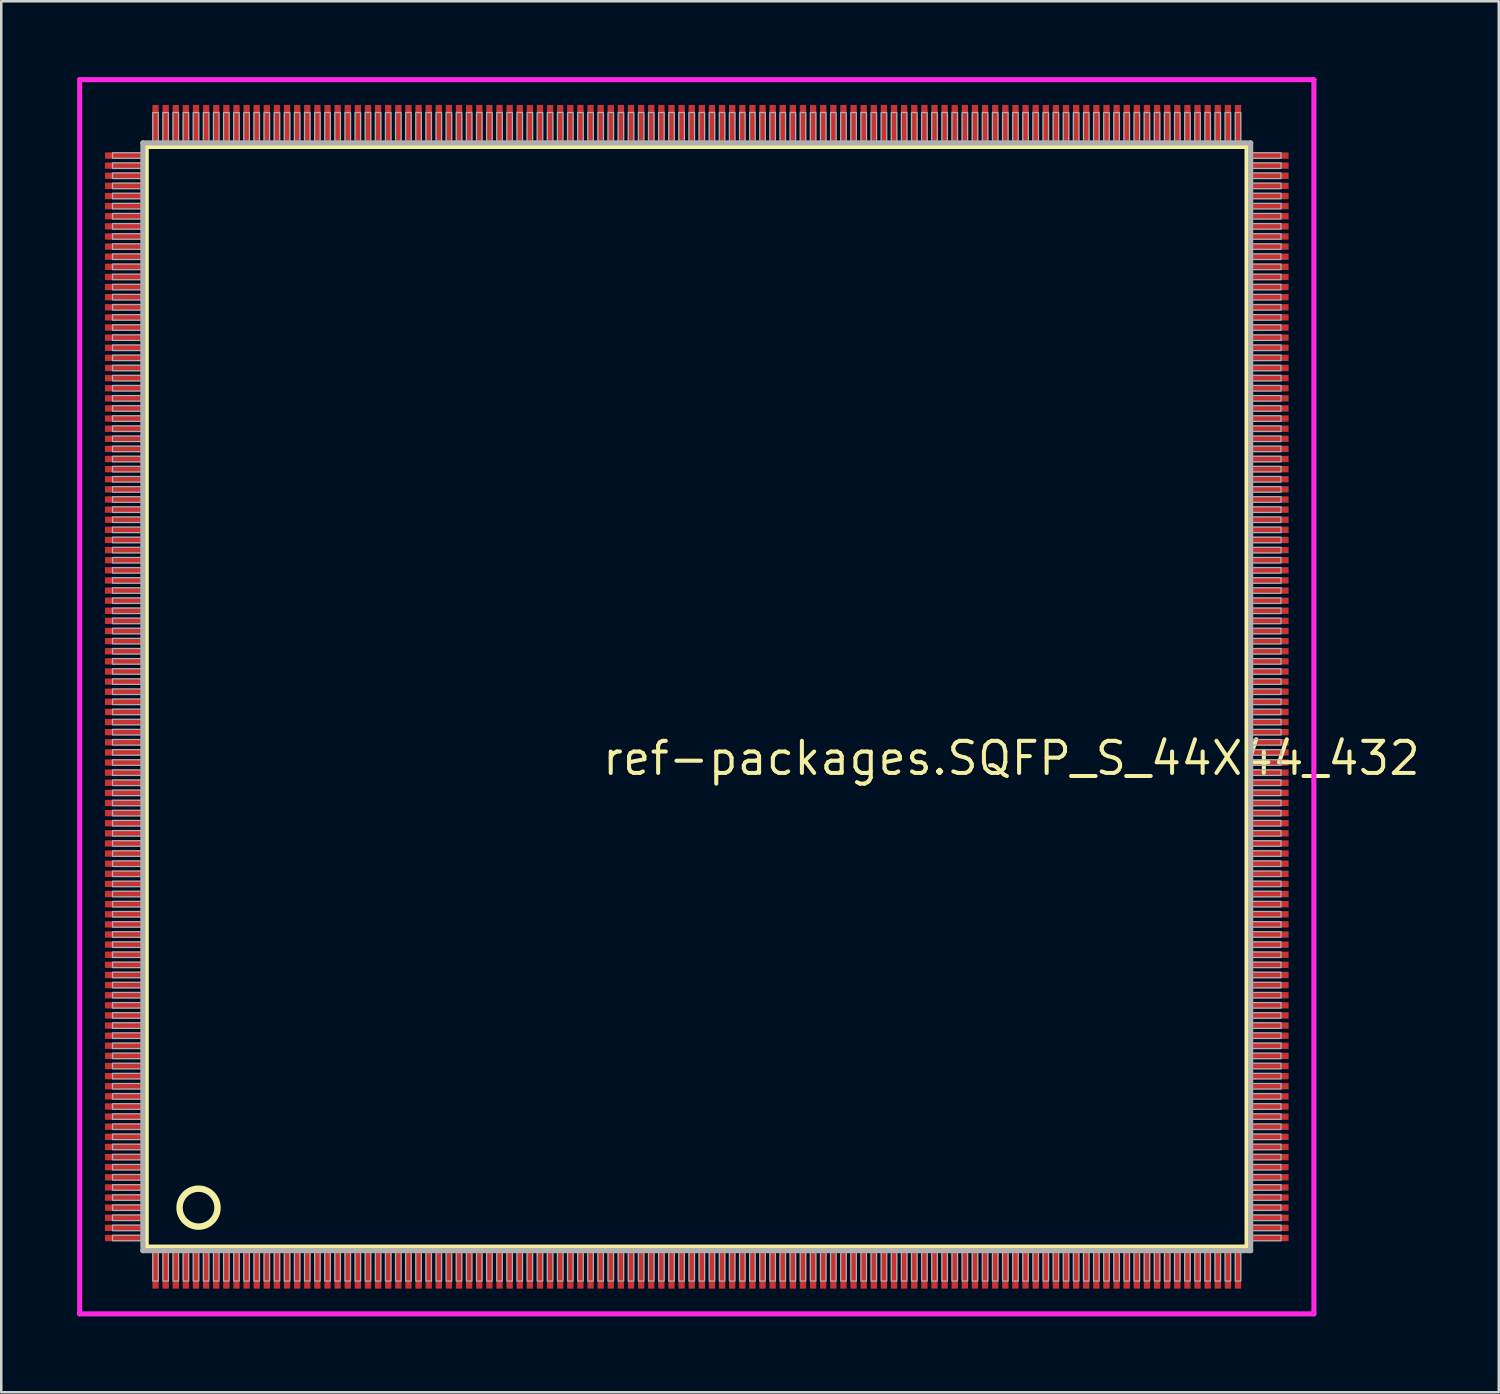
<source format=kicad_pcb>
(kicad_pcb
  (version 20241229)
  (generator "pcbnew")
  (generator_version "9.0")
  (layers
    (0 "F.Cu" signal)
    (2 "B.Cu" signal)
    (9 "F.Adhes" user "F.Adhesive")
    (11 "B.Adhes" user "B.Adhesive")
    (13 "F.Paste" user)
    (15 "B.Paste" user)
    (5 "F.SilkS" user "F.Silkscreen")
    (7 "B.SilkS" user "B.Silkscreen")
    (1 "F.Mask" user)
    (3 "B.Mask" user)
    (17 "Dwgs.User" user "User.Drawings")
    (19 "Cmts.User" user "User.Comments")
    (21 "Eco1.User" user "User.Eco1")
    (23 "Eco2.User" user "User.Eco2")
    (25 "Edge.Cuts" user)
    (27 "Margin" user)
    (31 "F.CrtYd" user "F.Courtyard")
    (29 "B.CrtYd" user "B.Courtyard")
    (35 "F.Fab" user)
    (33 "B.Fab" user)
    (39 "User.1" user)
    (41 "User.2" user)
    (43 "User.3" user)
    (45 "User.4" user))
  (footprint "ref-packages.SQFP_S_44X44_432"
    (layer "F.Cu")
    (at 24.5 24.5)
    (property "Reference" "ref-packages.SQFP_S_44X44_432" (at -3.81 3.175 0) (layer "F.SilkS") (effects (font (size 1.27 1.27) (thickness 0.16)) (justify left bottom)))
    (attr smd)
    (fp_line (start -21.77 -21.76) (end 21.76 -21.76) (stroke (width 0.203) (type default)) (layer "F.SilkS"))
    (fp_line (start -21.77 21.76) (end -21.77 -21.76) (stroke (width 0.203) (type default)) (layer "F.SilkS"))
    (fp_line (start 21.76 21.76) (end -21.77 21.76) (stroke (width 0.203) (type default)) (layer "F.SilkS"))
    (fp_line (start 21.76 -21.76) (end 21.76 21.76) (stroke (width 0.203) (type default)) (layer "F.SilkS"))
    (fp_circle (center -19.7 20.2) (end -18.95 20.2) (stroke (width 0.254) (type default)) (fill no) (layer "F.SilkS"))
    (fp_line (start -24.4 -24.4) (end 24.4 -24.4) (stroke (width 0.2) (type default)) (layer "F.CrtYd"))
    (fp_line (start -24.4 24.4) (end -24.4 -24.4) (stroke (width 0.2) (type default)) (layer "F.CrtYd"))
    (fp_line (start 24.4 -24.4) (end 24.4 24.4) (stroke (width 0.2) (type default)) (layer "F.CrtYd"))
    (fp_line (start 24.4 24.4) (end -24.4 24.4) (stroke (width 0.2) (type default)) (layer "F.CrtYd"))
    (fp_line (start -21.9 21.9) (end 21.9 21.9) (stroke (width 0.203) (type default)) (layer "F.Fab"))
    (fp_line (start -21.9 -21.9) (end -21.9 21.9) (stroke (width 0.203) (type default)) (layer "F.Fab"))
    (fp_line (start 21.9 21.9) (end 21.9 -21.9) (stroke (width 0.203) (type default)) (layer "F.Fab"))
    (fp_line (start 21.9 -21.9) (end -21.9 -21.9) (stroke (width 0.203) (type default)) (layer "F.Fab"))
    (fp_rect (start -23.1 -21.29) (end -21.95 -21.51) (stroke (width 0.05) (type default)) (fill no) (layer "F.Fab"))
    (fp_rect (start -23.1 -20.89) (end -21.95 -21.11) (stroke (width 0.05) (type default)) (fill no) (layer "F.Fab"))
    (fp_rect (start -23.1 -20.49) (end -21.95 -20.71) (stroke (width 0.05) (type default)) (fill no) (layer "F.Fab"))
    (fp_rect (start -23.1 -20.09) (end -21.95 -20.31) (stroke (width 0.05) (type default)) (fill no) (layer "F.Fab"))
    (fp_rect (start -23.1 -19.69) (end -21.95 -19.91) (stroke (width 0.05) (type default)) (fill no) (layer "F.Fab"))
    (fp_rect (start -23.1 -19.29) (end -21.95 -19.51) (stroke (width 0.05) (type default)) (fill no) (layer "F.Fab"))
    (fp_rect (start -23.1 -18.89) (end -21.95 -19.11) (stroke (width 0.05) (type default)) (fill no) (layer "F.Fab"))
    (fp_rect (start -23.1 -18.49) (end -21.95 -18.71) (stroke (width 0.05) (type default)) (fill no) (layer "F.Fab"))
    (fp_rect (start -23.1 -18.09) (end -21.95 -18.31) (stroke (width 0.05) (type default)) (fill no) (layer "F.Fab"))
    (fp_rect (start -23.1 -17.69) (end -21.95 -17.91) (stroke (width 0.05) (type default)) (fill no) (layer "F.Fab"))
    (fp_rect (start -23.1 -17.29) (end -21.95 -17.51) (stroke (width 0.05) (type default)) (fill no) (layer "F.Fab"))
    (fp_rect (start -23.1 -16.89) (end -21.95 -17.11) (stroke (width 0.05) (type default)) (fill no) (layer "F.Fab"))
    (fp_rect (start -23.1 -16.49) (end -21.95 -16.71) (stroke (width 0.05) (type default)) (fill no) (layer "F.Fab"))
    (fp_rect (start -23.1 -16.09) (end -21.95 -16.31) (stroke (width 0.05) (type default)) (fill no) (layer "F.Fab"))
    (fp_rect (start -23.1 -15.69) (end -21.95 -15.91) (stroke (width 0.05) (type default)) (fill no) (layer "F.Fab"))
    (fp_rect (start -23.1 -15.29) (end -21.95 -15.51) (stroke (width 0.05) (type default)) (fill no) (layer "F.Fab"))
    (fp_rect (start -23.1 -14.89) (end -21.95 -15.11) (stroke (width 0.05) (type default)) (fill no) (layer "F.Fab"))
    (fp_rect (start -23.1 -14.49) (end -21.95 -14.71) (stroke (width 0.05) (type default)) (fill no) (layer "F.Fab"))
    (fp_rect (start -23.1 -14.09) (end -21.95 -14.31) (stroke (width 0.05) (type default)) (fill no) (layer "F.Fab"))
    (fp_rect (start -23.1 -13.69) (end -21.95 -13.91) (stroke (width 0.05) (type default)) (fill no) (layer "F.Fab"))
    (fp_rect (start -23.1 -13.29) (end -21.95 -13.51) (stroke (width 0.05) (type default)) (fill no) (layer "F.Fab"))
    (fp_rect (start -23.1 -12.89) (end -21.95 -13.11) (stroke (width 0.05) (type default)) (fill no) (layer "F.Fab"))
    (fp_rect (start -23.1 -12.49) (end -21.95 -12.71) (stroke (width 0.05) (type default)) (fill no) (layer "F.Fab"))
    (fp_rect (start -23.1 -12.09) (end -21.95 -12.31) (stroke (width 0.05) (type default)) (fill no) (layer "F.Fab"))
    (fp_rect (start -23.1 -11.69) (end -21.95 -11.91) (stroke (width 0.05) (type default)) (fill no) (layer "F.Fab"))
    (fp_rect (start -23.1 -11.29) (end -21.95 -11.51) (stroke (width 0.05) (type default)) (fill no) (layer "F.Fab"))
    (fp_rect (start -23.1 -10.89) (end -21.95 -11.11) (stroke (width 0.05) (type default)) (fill no) (layer "F.Fab"))
    (fp_rect (start -23.1 -10.49) (end -21.95 -10.71) (stroke (width 0.05) (type default)) (fill no) (layer "F.Fab"))
    (fp_rect (start -23.1 -10.09) (end -21.95 -10.31) (stroke (width 0.05) (type default)) (fill no) (layer "F.Fab"))
    (fp_rect (start -23.1 -9.69) (end -21.95 -9.91) (stroke (width 0.05) (type default)) (fill no) (layer "F.Fab"))
    (fp_rect (start -23.1 -9.29) (end -21.95 -9.51) (stroke (width 0.05) (type default)) (fill no) (layer "F.Fab"))
    (fp_rect (start -23.1 -8.89) (end -21.95 -9.11) (stroke (width 0.05) (type default)) (fill no) (layer "F.Fab"))
    (fp_rect (start -23.1 -8.49) (end -21.95 -8.71) (stroke (width 0.05) (type default)) (fill no) (layer "F.Fab"))
    (fp_rect (start -23.1 -8.09) (end -21.95 -8.31) (stroke (width 0.05) (type default)) (fill no) (layer "F.Fab"))
    (fp_rect (start -23.1 -7.69) (end -21.95 -7.91) (stroke (width 0.05) (type default)) (fill no) (layer "F.Fab"))
    (fp_rect (start -23.1 -7.29) (end -21.95 -7.51) (stroke (width 0.05) (type default)) (fill no) (layer "F.Fab"))
    (fp_rect (start -23.1 -6.89) (end -21.95 -7.11) (stroke (width 0.05) (type default)) (fill no) (layer "F.Fab"))
    (fp_rect (start -23.1 -6.49) (end -21.95 -6.71) (stroke (width 0.05) (type default)) (fill no) (layer "F.Fab"))
    (fp_rect (start -23.1 -6.09) (end -21.95 -6.31) (stroke (width 0.05) (type default)) (fill no) (layer "F.Fab"))
    (fp_rect (start -23.1 -5.69) (end -21.95 -5.91) (stroke (width 0.05) (type default)) (fill no) (layer "F.Fab"))
    (fp_rect (start -23.1 -5.29) (end -21.95 -5.51) (stroke (width 0.05) (type default)) (fill no) (layer "F.Fab"))
    (fp_rect (start -23.1 -4.89) (end -21.95 -5.11) (stroke (width 0.05) (type default)) (fill no) (layer "F.Fab"))
    (fp_rect (start -23.1 -4.49) (end -21.95 -4.71) (stroke (width 0.05) (type default)) (fill no) (layer "F.Fab"))
    (fp_rect (start -23.1 -4.09) (end -21.95 -4.31) (stroke (width 0.05) (type default)) (fill no) (layer "F.Fab"))
    (fp_rect (start -23.1 -3.69) (end -21.95 -3.91) (stroke (width 0.05) (type default)) (fill no) (layer "F.Fab"))
    (fp_rect (start -23.1 -3.29) (end -21.95 -3.51) (stroke (width 0.05) (type default)) (fill no) (layer "F.Fab"))
    (fp_rect (start -23.1 -2.89) (end -21.95 -3.11) (stroke (width 0.05) (type default)) (fill no) (layer "F.Fab"))
    (fp_rect (start -23.1 -2.49) (end -21.95 -2.71) (stroke (width 0.05) (type default)) (fill no) (layer "F.Fab"))
    (fp_rect (start -23.1 -2.09) (end -21.95 -2.31) (stroke (width 0.05) (type default)) (fill no) (layer "F.Fab"))
    (fp_rect (start -23.1 -1.69) (end -21.95 -1.91) (stroke (width 0.05) (type default)) (fill no) (layer "F.Fab"))
    (fp_rect (start -23.1 -1.29) (end -21.95 -1.51) (stroke (width 0.05) (type default)) (fill no) (layer "F.Fab"))
    (fp_rect (start -23.1 -0.89) (end -21.95 -1.11) (stroke (width 0.05) (type default)) (fill no) (layer "F.Fab"))
    (fp_rect (start -23.1 -0.49) (end -21.95 -0.71) (stroke (width 0.05) (type default)) (fill no) (layer "F.Fab"))
    (fp_rect (start -23.1 -0.09) (end -21.95 -0.31) (stroke (width 0.05) (type default)) (fill no) (layer "F.Fab"))
    (fp_rect (start -23.1 0.31) (end -21.95 0.09) (stroke (width 0.05) (type default)) (fill no) (layer "F.Fab"))
    (fp_rect (start -23.1 0.71) (end -21.95 0.49) (stroke (width 0.05) (type default)) (fill no) (layer "F.Fab"))
    (fp_rect (start -23.1 1.11) (end -21.95 0.89) (stroke (width 0.05) (type default)) (fill no) (layer "F.Fab"))
    (fp_rect (start -23.1 1.51) (end -21.95 1.29) (stroke (width 0.05) (type default)) (fill no) (layer "F.Fab"))
    (fp_rect (start -23.1 1.91) (end -21.95 1.69) (stroke (width 0.05) (type default)) (fill no) (layer "F.Fab"))
    (fp_rect (start -23.1 2.31) (end -21.95 2.09) (stroke (width 0.05) (type default)) (fill no) (layer "F.Fab"))
    (fp_rect (start -23.1 2.71) (end -21.95 2.49) (stroke (width 0.05) (type default)) (fill no) (layer "F.Fab"))
    (fp_rect (start -23.1 3.11) (end -21.95 2.89) (stroke (width 0.05) (type default)) (fill no) (layer "F.Fab"))
    (fp_rect (start -23.1 3.51) (end -21.95 3.29) (stroke (width 0.05) (type default)) (fill no) (layer "F.Fab"))
    (fp_rect (start -23.1 3.91) (end -21.95 3.69) (stroke (width 0.05) (type default)) (fill no) (layer "F.Fab"))
    (fp_rect (start -23.1 4.31) (end -21.95 4.09) (stroke (width 0.05) (type default)) (fill no) (layer "F.Fab"))
    (fp_rect (start -23.1 4.71) (end -21.95 4.49) (stroke (width 0.05) (type default)) (fill no) (layer "F.Fab"))
    (fp_rect (start -23.1 5.11) (end -21.95 4.89) (stroke (width 0.05) (type default)) (fill no) (layer "F.Fab"))
    (fp_rect (start -23.1 5.51) (end -21.95 5.29) (stroke (width 0.05) (type default)) (fill no) (layer "F.Fab"))
    (fp_rect (start -23.1 5.91) (end -21.95 5.69) (stroke (width 0.05) (type default)) (fill no) (layer "F.Fab"))
    (fp_rect (start -23.1 6.31) (end -21.95 6.09) (stroke (width 0.05) (type default)) (fill no) (layer "F.Fab"))
    (fp_rect (start -23.1 6.71) (end -21.95 6.49) (stroke (width 0.05) (type default)) (fill no) (layer "F.Fab"))
    (fp_rect (start -23.1 7.11) (end -21.95 6.89) (stroke (width 0.05) (type default)) (fill no) (layer "F.Fab"))
    (fp_rect (start -23.1 7.51) (end -21.95 7.29) (stroke (width 0.05) (type default)) (fill no) (layer "F.Fab"))
    (fp_rect (start -23.1 7.91) (end -21.95 7.69) (stroke (width 0.05) (type default)) (fill no) (layer "F.Fab"))
    (fp_rect (start -23.1 8.31) (end -21.95 8.09) (stroke (width 0.05) (type default)) (fill no) (layer "F.Fab"))
    (fp_rect (start -23.1 8.71) (end -21.95 8.49) (stroke (width 0.05) (type default)) (fill no) (layer "F.Fab"))
    (fp_rect (start -23.1 9.11) (end -21.95 8.89) (stroke (width 0.05) (type default)) (fill no) (layer "F.Fab"))
    (fp_rect (start -23.1 9.51) (end -21.95 9.29) (stroke (width 0.05) (type default)) (fill no) (layer "F.Fab"))
    (fp_rect (start -23.1 9.91) (end -21.95 9.69) (stroke (width 0.05) (type default)) (fill no) (layer "F.Fab"))
    (fp_rect (start -23.1 10.31) (end -21.95 10.09) (stroke (width 0.05) (type default)) (fill no) (layer "F.Fab"))
    (fp_rect (start -23.1 10.71) (end -21.95 10.49) (stroke (width 0.05) (type default)) (fill no) (layer "F.Fab"))
    (fp_rect (start -23.1 11.11) (end -21.95 10.89) (stroke (width 0.05) (type default)) (fill no) (layer "F.Fab"))
    (fp_rect (start -23.1 11.51) (end -21.95 11.29) (stroke (width 0.05) (type default)) (fill no) (layer "F.Fab"))
    (fp_rect (start -23.1 11.91) (end -21.95 11.69) (stroke (width 0.05) (type default)) (fill no) (layer "F.Fab"))
    (fp_rect (start -23.1 12.31) (end -21.95 12.09) (stroke (width 0.05) (type default)) (fill no) (layer "F.Fab"))
    (fp_rect (start -23.1 12.71) (end -21.95 12.49) (stroke (width 0.05) (type default)) (fill no) (layer "F.Fab"))
    (fp_rect (start -23.1 13.11) (end -21.95 12.89) (stroke (width 0.05) (type default)) (fill no) (layer "F.Fab"))
    (fp_rect (start -23.1 13.51) (end -21.95 13.29) (stroke (width 0.05) (type default)) (fill no) (layer "F.Fab"))
    (fp_rect (start -23.1 13.91) (end -21.95 13.69) (stroke (width 0.05) (type default)) (fill no) (layer "F.Fab"))
    (fp_rect (start -23.1 14.31) (end -21.95 14.09) (stroke (width 0.05) (type default)) (fill no) (layer "F.Fab"))
    (fp_rect (start -23.1 14.71) (end -21.95 14.49) (stroke (width 0.05) (type default)) (fill no) (layer "F.Fab"))
    (fp_rect (start -23.1 15.11) (end -21.95 14.89) (stroke (width 0.05) (type default)) (fill no) (layer "F.Fab"))
    (fp_rect (start -23.1 15.51) (end -21.95 15.29) (stroke (width 0.05) (type default)) (fill no) (layer "F.Fab"))
    (fp_rect (start -23.1 15.91) (end -21.95 15.69) (stroke (width 0.05) (type default)) (fill no) (layer "F.Fab"))
    (fp_rect (start -23.1 16.31) (end -21.95 16.09) (stroke (width 0.05) (type default)) (fill no) (layer "F.Fab"))
    (fp_rect (start -23.1 16.71) (end -21.95 16.49) (stroke (width 0.05) (type default)) (fill no) (layer "F.Fab"))
    (fp_rect (start -23.1 17.11) (end -21.95 16.89) (stroke (width 0.05) (type default)) (fill no) (layer "F.Fab"))
    (fp_rect (start -23.1 17.51) (end -21.95 17.29) (stroke (width 0.05) (type default)) (fill no) (layer "F.Fab"))
    (fp_rect (start -23.1 17.91) (end -21.95 17.69) (stroke (width 0.05) (type default)) (fill no) (layer "F.Fab"))
    (fp_rect (start -23.1 18.31) (end -21.95 18.09) (stroke (width 0.05) (type default)) (fill no) (layer "F.Fab"))
    (fp_rect (start -23.1 18.71) (end -21.95 18.49) (stroke (width 0.05) (type default)) (fill no) (layer "F.Fab"))
    (fp_rect (start -23.1 19.11) (end -21.95 18.89) (stroke (width 0.05) (type default)) (fill no) (layer "F.Fab"))
    (fp_rect (start -23.1 19.51) (end -21.95 19.29) (stroke (width 0.05) (type default)) (fill no) (layer "F.Fab"))
    (fp_rect (start -23.1 19.91) (end -21.95 19.69) (stroke (width 0.05) (type default)) (fill no) (layer "F.Fab"))
    (fp_rect (start -23.1 20.31) (end -21.95 20.09) (stroke (width 0.05) (type default)) (fill no) (layer "F.Fab"))
    (fp_rect (start -23.1 20.71) (end -21.95 20.49) (stroke (width 0.05) (type default)) (fill no) (layer "F.Fab"))
    (fp_rect (start -23.1 21.11) (end -21.95 20.89) (stroke (width 0.05) (type default)) (fill no) (layer "F.Fab"))
    (fp_rect (start -23.1 21.51) (end -21.95 21.29) (stroke (width 0.05) (type default)) (fill no) (layer "F.Fab"))
    (fp_rect (start -21.51 -21.95) (end -21.29 -23.1) (stroke (width 0.05) (type default)) (fill no) (layer "F.Fab"))
    (fp_rect (start -21.51 23.1) (end -21.29 21.95) (stroke (width 0.05) (type default)) (fill no) (layer "F.Fab"))
    (fp_rect (start -21.11 -21.95) (end -20.89 -23.1) (stroke (width 0.05) (type default)) (fill no) (layer "F.Fab"))
    (fp_rect (start -21.11 23.1) (end -20.89 21.95) (stroke (width 0.05) (type default)) (fill no) (layer "F.Fab"))
    (fp_rect (start -20.71 -21.95) (end -20.49 -23.1) (stroke (width 0.05) (type default)) (fill no) (layer "F.Fab"))
    (fp_rect (start -20.71 23.1) (end -20.49 21.95) (stroke (width 0.05) (type default)) (fill no) (layer "F.Fab"))
    (fp_rect (start -20.31 -21.95) (end -20.09 -23.1) (stroke (width 0.05) (type default)) (fill no) (layer "F.Fab"))
    (fp_rect (start -20.31 23.1) (end -20.09 21.95) (stroke (width 0.05) (type default)) (fill no) (layer "F.Fab"))
    (fp_rect (start -19.91 -21.95) (end -19.69 -23.1) (stroke (width 0.05) (type default)) (fill no) (layer "F.Fab"))
    (fp_rect (start -19.91 23.1) (end -19.69 21.95) (stroke (width 0.05) (type default)) (fill no) (layer "F.Fab"))
    (fp_rect (start -19.51 -21.95) (end -19.29 -23.1) (stroke (width 0.05) (type default)) (fill no) (layer "F.Fab"))
    (fp_rect (start -19.51 23.1) (end -19.29 21.95) (stroke (width 0.05) (type default)) (fill no) (layer "F.Fab"))
    (fp_rect (start -19.11 -21.95) (end -18.89 -23.1) (stroke (width 0.05) (type default)) (fill no) (layer "F.Fab"))
    (fp_rect (start -19.11 23.1) (end -18.89 21.95) (stroke (width 0.05) (type default)) (fill no) (layer "F.Fab"))
    (fp_rect (start -18.71 -21.95) (end -18.49 -23.1) (stroke (width 0.05) (type default)) (fill no) (layer "F.Fab"))
    (fp_rect (start -18.71 23.1) (end -18.49 21.95) (stroke (width 0.05) (type default)) (fill no) (layer "F.Fab"))
    (fp_rect (start -18.31 -21.95) (end -18.09 -23.1) (stroke (width 0.05) (type default)) (fill no) (layer "F.Fab"))
    (fp_rect (start -18.31 23.1) (end -18.09 21.95) (stroke (width 0.05) (type default)) (fill no) (layer "F.Fab"))
    (fp_rect (start -17.91 -21.95) (end -17.69 -23.1) (stroke (width 0.05) (type default)) (fill no) (layer "F.Fab"))
    (fp_rect (start -17.91 23.1) (end -17.69 21.95) (stroke (width 0.05) (type default)) (fill no) (layer "F.Fab"))
    (fp_rect (start -17.51 -21.95) (end -17.29 -23.1) (stroke (width 0.05) (type default)) (fill no) (layer "F.Fab"))
    (fp_rect (start -17.51 23.1) (end -17.29 21.95) (stroke (width 0.05) (type default)) (fill no) (layer "F.Fab"))
    (fp_rect (start -17.11 -21.95) (end -16.89 -23.1) (stroke (width 0.05) (type default)) (fill no) (layer "F.Fab"))
    (fp_rect (start -17.11 23.1) (end -16.89 21.95) (stroke (width 0.05) (type default)) (fill no) (layer "F.Fab"))
    (fp_rect (start -16.71 -21.95) (end -16.49 -23.1) (stroke (width 0.05) (type default)) (fill no) (layer "F.Fab"))
    (fp_rect (start -16.71 23.1) (end -16.49 21.95) (stroke (width 0.05) (type default)) (fill no) (layer "F.Fab"))
    (fp_rect (start -16.31 -21.95) (end -16.09 -23.1) (stroke (width 0.05) (type default)) (fill no) (layer "F.Fab"))
    (fp_rect (start -16.31 23.1) (end -16.09 21.95) (stroke (width 0.05) (type default)) (fill no) (layer "F.Fab"))
    (fp_rect (start -15.91 -21.95) (end -15.69 -23.1) (stroke (width 0.05) (type default)) (fill no) (layer "F.Fab"))
    (fp_rect (start -15.91 23.1) (end -15.69 21.95) (stroke (width 0.05) (type default)) (fill no) (layer "F.Fab"))
    (fp_rect (start -15.51 -21.95) (end -15.29 -23.1) (stroke (width 0.05) (type default)) (fill no) (layer "F.Fab"))
    (fp_rect (start -15.51 23.1) (end -15.29 21.95) (stroke (width 0.05) (type default)) (fill no) (layer "F.Fab"))
    (fp_rect (start -15.11 -21.95) (end -14.89 -23.1) (stroke (width 0.05) (type default)) (fill no) (layer "F.Fab"))
    (fp_rect (start -15.11 23.1) (end -14.89 21.95) (stroke (width 0.05) (type default)) (fill no) (layer "F.Fab"))
    (fp_rect (start -14.71 -21.95) (end -14.49 -23.1) (stroke (width 0.05) (type default)) (fill no) (layer "F.Fab"))
    (fp_rect (start -14.71 23.1) (end -14.49 21.95) (stroke (width 0.05) (type default)) (fill no) (layer "F.Fab"))
    (fp_rect (start -14.31 -21.95) (end -14.09 -23.1) (stroke (width 0.05) (type default)) (fill no) (layer "F.Fab"))
    (fp_rect (start -14.31 23.1) (end -14.09 21.95) (stroke (width 0.05) (type default)) (fill no) (layer "F.Fab"))
    (fp_rect (start -13.91 -21.95) (end -13.69 -23.1) (stroke (width 0.05) (type default)) (fill no) (layer "F.Fab"))
    (fp_rect (start -13.91 23.1) (end -13.69 21.95) (stroke (width 0.05) (type default)) (fill no) (layer "F.Fab"))
    (fp_rect (start -13.51 -21.95) (end -13.29 -23.1) (stroke (width 0.05) (type default)) (fill no) (layer "F.Fab"))
    (fp_rect (start -13.51 23.1) (end -13.29 21.95) (stroke (width 0.05) (type default)) (fill no) (layer "F.Fab"))
    (fp_rect (start -13.11 -21.95) (end -12.89 -23.1) (stroke (width 0.05) (type default)) (fill no) (layer "F.Fab"))
    (fp_rect (start -13.11 23.1) (end -12.89 21.95) (stroke (width 0.05) (type default)) (fill no) (layer "F.Fab"))
    (fp_rect (start -12.71 -21.95) (end -12.49 -23.1) (stroke (width 0.05) (type default)) (fill no) (layer "F.Fab"))
    (fp_rect (start -12.71 23.1) (end -12.49 21.95) (stroke (width 0.05) (type default)) (fill no) (layer "F.Fab"))
    (fp_rect (start -12.31 -21.95) (end -12.09 -23.1) (stroke (width 0.05) (type default)) (fill no) (layer "F.Fab"))
    (fp_rect (start -12.31 23.1) (end -12.09 21.95) (stroke (width 0.05) (type default)) (fill no) (layer "F.Fab"))
    (fp_rect (start -11.91 -21.95) (end -11.69 -23.1) (stroke (width 0.05) (type default)) (fill no) (layer "F.Fab"))
    (fp_rect (start -11.91 23.1) (end -11.69 21.95) (stroke (width 0.05) (type default)) (fill no) (layer "F.Fab"))
    (fp_rect (start -11.51 -21.95) (end -11.29 -23.1) (stroke (width 0.05) (type default)) (fill no) (layer "F.Fab"))
    (fp_rect (start -11.51 23.1) (end -11.29 21.95) (stroke (width 0.05) (type default)) (fill no) (layer "F.Fab"))
    (fp_rect (start -11.11 -21.95) (end -10.89 -23.1) (stroke (width 0.05) (type default)) (fill no) (layer "F.Fab"))
    (fp_rect (start -11.11 23.1) (end -10.89 21.95) (stroke (width 0.05) (type default)) (fill no) (layer "F.Fab"))
    (fp_rect (start -10.71 -21.95) (end -10.49 -23.1) (stroke (width 0.05) (type default)) (fill no) (layer "F.Fab"))
    (fp_rect (start -10.71 23.1) (end -10.49 21.95) (stroke (width 0.05) (type default)) (fill no) (layer "F.Fab"))
    (fp_rect (start -10.31 -21.95) (end -10.09 -23.1) (stroke (width 0.05) (type default)) (fill no) (layer "F.Fab"))
    (fp_rect (start -10.31 23.1) (end -10.09 21.95) (stroke (width 0.05) (type default)) (fill no) (layer "F.Fab"))
    (fp_rect (start -9.91 -21.95) (end -9.69 -23.1) (stroke (width 0.05) (type default)) (fill no) (layer "F.Fab"))
    (fp_rect (start -9.91 23.1) (end -9.69 21.95) (stroke (width 0.05) (type default)) (fill no) (layer "F.Fab"))
    (fp_rect (start -9.51 -21.95) (end -9.29 -23.1) (stroke (width 0.05) (type default)) (fill no) (layer "F.Fab"))
    (fp_rect (start -9.51 23.1) (end -9.29 21.95) (stroke (width 0.05) (type default)) (fill no) (layer "F.Fab"))
    (fp_rect (start -9.11 -21.95) (end -8.89 -23.1) (stroke (width 0.05) (type default)) (fill no) (layer "F.Fab"))
    (fp_rect (start -9.11 23.1) (end -8.89 21.95) (stroke (width 0.05) (type default)) (fill no) (layer "F.Fab"))
    (fp_rect (start -8.71 -21.95) (end -8.49 -23.1) (stroke (width 0.05) (type default)) (fill no) (layer "F.Fab"))
    (fp_rect (start -8.71 23.1) (end -8.49 21.95) (stroke (width 0.05) (type default)) (fill no) (layer "F.Fab"))
    (fp_rect (start -8.31 -21.95) (end -8.09 -23.1) (stroke (width 0.05) (type default)) (fill no) (layer "F.Fab"))
    (fp_rect (start -8.31 23.1) (end -8.09 21.95) (stroke (width 0.05) (type default)) (fill no) (layer "F.Fab"))
    (fp_rect (start -7.91 -21.95) (end -7.69 -23.1) (stroke (width 0.05) (type default)) (fill no) (layer "F.Fab"))
    (fp_rect (start -7.91 23.1) (end -7.69 21.95) (stroke (width 0.05) (type default)) (fill no) (layer "F.Fab"))
    (fp_rect (start -7.51 -21.95) (end -7.29 -23.1) (stroke (width 0.05) (type default)) (fill no) (layer "F.Fab"))
    (fp_rect (start -7.51 23.1) (end -7.29 21.95) (stroke (width 0.05) (type default)) (fill no) (layer "F.Fab"))
    (fp_rect (start -7.11 -21.95) (end -6.89 -23.1) (stroke (width 0.05) (type default)) (fill no) (layer "F.Fab"))
    (fp_rect (start -7.11 23.1) (end -6.89 21.95) (stroke (width 0.05) (type default)) (fill no) (layer "F.Fab"))
    (fp_rect (start -6.71 -21.95) (end -6.49 -23.1) (stroke (width 0.05) (type default)) (fill no) (layer "F.Fab"))
    (fp_rect (start -6.71 23.1) (end -6.49 21.95) (stroke (width 0.05) (type default)) (fill no) (layer "F.Fab"))
    (fp_rect (start -6.31 -21.95) (end -6.09 -23.1) (stroke (width 0.05) (type default)) (fill no) (layer "F.Fab"))
    (fp_rect (start -6.31 23.1) (end -6.09 21.95) (stroke (width 0.05) (type default)) (fill no) (layer "F.Fab"))
    (fp_rect (start -5.91 -21.95) (end -5.69 -23.1) (stroke (width 0.05) (type default)) (fill no) (layer "F.Fab"))
    (fp_rect (start -5.91 23.1) (end -5.69 21.95) (stroke (width 0.05) (type default)) (fill no) (layer "F.Fab"))
    (fp_rect (start -5.51 -21.95) (end -5.29 -23.1) (stroke (width 0.05) (type default)) (fill no) (layer "F.Fab"))
    (fp_rect (start -5.51 23.1) (end -5.29 21.95) (stroke (width 0.05) (type default)) (fill no) (layer "F.Fab"))
    (fp_rect (start -5.11 -21.95) (end -4.89 -23.1) (stroke (width 0.05) (type default)) (fill no) (layer "F.Fab"))
    (fp_rect (start -5.11 23.1) (end -4.89 21.95) (stroke (width 0.05) (type default)) (fill no) (layer "F.Fab"))
    (fp_rect (start -4.71 -21.95) (end -4.49 -23.1) (stroke (width 0.05) (type default)) (fill no) (layer "F.Fab"))
    (fp_rect (start -4.71 23.1) (end -4.49 21.95) (stroke (width 0.05) (type default)) (fill no) (layer "F.Fab"))
    (fp_rect (start -4.31 -21.95) (end -4.09 -23.1) (stroke (width 0.05) (type default)) (fill no) (layer "F.Fab"))
    (fp_rect (start -4.31 23.1) (end -4.09 21.95) (stroke (width 0.05) (type default)) (fill no) (layer "F.Fab"))
    (fp_rect (start -3.91 -21.95) (end -3.69 -23.1) (stroke (width 0.05) (type default)) (fill no) (layer "F.Fab"))
    (fp_rect (start -3.91 23.1) (end -3.69 21.95) (stroke (width 0.05) (type default)) (fill no) (layer "F.Fab"))
    (fp_rect (start -3.51 -21.95) (end -3.29 -23.1) (stroke (width 0.05) (type default)) (fill no) (layer "F.Fab"))
    (fp_rect (start -3.51 23.1) (end -3.29 21.95) (stroke (width 0.05) (type default)) (fill no) (layer "F.Fab"))
    (fp_rect (start -3.11 -21.95) (end -2.89 -23.1) (stroke (width 0.05) (type default)) (fill no) (layer "F.Fab"))
    (fp_rect (start -3.11 23.1) (end -2.89 21.95) (stroke (width 0.05) (type default)) (fill no) (layer "F.Fab"))
    (fp_rect (start -2.71 -21.95) (end -2.49 -23.1) (stroke (width 0.05) (type default)) (fill no) (layer "F.Fab"))
    (fp_rect (start -2.71 23.1) (end -2.49 21.95) (stroke (width 0.05) (type default)) (fill no) (layer "F.Fab"))
    (fp_rect (start -2.31 -21.95) (end -2.09 -23.1) (stroke (width 0.05) (type default)) (fill no) (layer "F.Fab"))
    (fp_rect (start -2.31 23.1) (end -2.09 21.95) (stroke (width 0.05) (type default)) (fill no) (layer "F.Fab"))
    (fp_rect (start -1.91 -21.95) (end -1.69 -23.1) (stroke (width 0.05) (type default)) (fill no) (layer "F.Fab"))
    (fp_rect (start -1.91 23.1) (end -1.69 21.95) (stroke (width 0.05) (type default)) (fill no) (layer "F.Fab"))
    (fp_rect (start -1.51 -21.95) (end -1.29 -23.1) (stroke (width 0.05) (type default)) (fill no) (layer "F.Fab"))
    (fp_rect (start -1.51 23.1) (end -1.29 21.95) (stroke (width 0.05) (type default)) (fill no) (layer "F.Fab"))
    (fp_rect (start -1.11 -21.95) (end -0.89 -23.1) (stroke (width 0.05) (type default)) (fill no) (layer "F.Fab"))
    (fp_rect (start -1.11 23.1) (end -0.89 21.95) (stroke (width 0.05) (type default)) (fill no) (layer "F.Fab"))
    (fp_rect (start -0.71 -21.95) (end -0.49 -23.1) (stroke (width 0.05) (type default)) (fill no) (layer "F.Fab"))
    (fp_rect (start -0.71 23.1) (end -0.49 21.95) (stroke (width 0.05) (type default)) (fill no) (layer "F.Fab"))
    (fp_rect (start -0.31 -21.95) (end -0.09 -23.1) (stroke (width 0.05) (type default)) (fill no) (layer "F.Fab"))
    (fp_rect (start -0.31 23.1) (end -0.09 21.95) (stroke (width 0.05) (type default)) (fill no) (layer "F.Fab"))
    (fp_rect (start 0.09 -21.95) (end 0.31 -23.1) (stroke (width 0.05) (type default)) (fill no) (layer "F.Fab"))
    (fp_rect (start 0.09 23.1) (end 0.31 21.95) (stroke (width 0.05) (type default)) (fill no) (layer "F.Fab"))
    (fp_rect (start 0.49 -21.95) (end 0.71 -23.1) (stroke (width 0.05) (type default)) (fill no) (layer "F.Fab"))
    (fp_rect (start 0.49 23.1) (end 0.71 21.95) (stroke (width 0.05) (type default)) (fill no) (layer "F.Fab"))
    (fp_rect (start 0.89 -21.95) (end 1.11 -23.1) (stroke (width 0.05) (type default)) (fill no) (layer "F.Fab"))
    (fp_rect (start 0.89 23.1) (end 1.11 21.95) (stroke (width 0.05) (type default)) (fill no) (layer "F.Fab"))
    (fp_rect (start 1.29 -21.95) (end 1.51 -23.1) (stroke (width 0.05) (type default)) (fill no) (layer "F.Fab"))
    (fp_rect (start 1.29 23.1) (end 1.51 21.95) (stroke (width 0.05) (type default)) (fill no) (layer "F.Fab"))
    (fp_rect (start 1.69 -21.95) (end 1.91 -23.1) (stroke (width 0.05) (type default)) (fill no) (layer "F.Fab"))
    (fp_rect (start 1.69 23.1) (end 1.91 21.95) (stroke (width 0.05) (type default)) (fill no) (layer "F.Fab"))
    (fp_rect (start 2.09 -21.95) (end 2.31 -23.1) (stroke (width 0.05) (type default)) (fill no) (layer "F.Fab"))
    (fp_rect (start 2.09 23.1) (end 2.31 21.95) (stroke (width 0.05) (type default)) (fill no) (layer "F.Fab"))
    (fp_rect (start 2.49 -21.95) (end 2.71 -23.1) (stroke (width 0.05) (type default)) (fill no) (layer "F.Fab"))
    (fp_rect (start 2.49 23.1) (end 2.71 21.95) (stroke (width 0.05) (type default)) (fill no) (layer "F.Fab"))
    (fp_rect (start 2.89 -21.95) (end 3.11 -23.1) (stroke (width 0.05) (type default)) (fill no) (layer "F.Fab"))
    (fp_rect (start 2.89 23.1) (end 3.11 21.95) (stroke (width 0.05) (type default)) (fill no) (layer "F.Fab"))
    (fp_rect (start 3.29 -21.95) (end 3.51 -23.1) (stroke (width 0.05) (type default)) (fill no) (layer "F.Fab"))
    (fp_rect (start 3.29 23.1) (end 3.51 21.95) (stroke (width 0.05) (type default)) (fill no) (layer "F.Fab"))
    (fp_rect (start 3.69 -21.95) (end 3.91 -23.1) (stroke (width 0.05) (type default)) (fill no) (layer "F.Fab"))
    (fp_rect (start 3.69 23.1) (end 3.91 21.95) (stroke (width 0.05) (type default)) (fill no) (layer "F.Fab"))
    (fp_rect (start 4.09 -21.95) (end 4.31 -23.1) (stroke (width 0.05) (type default)) (fill no) (layer "F.Fab"))
    (fp_rect (start 4.09 23.1) (end 4.31 21.95) (stroke (width 0.05) (type default)) (fill no) (layer "F.Fab"))
    (fp_rect (start 4.49 -21.95) (end 4.71 -23.1) (stroke (width 0.05) (type default)) (fill no) (layer "F.Fab"))
    (fp_rect (start 4.49 23.1) (end 4.71 21.95) (stroke (width 0.05) (type default)) (fill no) (layer "F.Fab"))
    (fp_rect (start 4.89 -21.95) (end 5.11 -23.1) (stroke (width 0.05) (type default)) (fill no) (layer "F.Fab"))
    (fp_rect (start 4.89 23.1) (end 5.11 21.95) (stroke (width 0.05) (type default)) (fill no) (layer "F.Fab"))
    (fp_rect (start 5.29 -21.95) (end 5.51 -23.1) (stroke (width 0.05) (type default)) (fill no) (layer "F.Fab"))
    (fp_rect (start 5.29 23.1) (end 5.51 21.95) (stroke (width 0.05) (type default)) (fill no) (layer "F.Fab"))
    (fp_rect (start 5.69 -21.95) (end 5.91 -23.1) (stroke (width 0.05) (type default)) (fill no) (layer "F.Fab"))
    (fp_rect (start 5.69 23.1) (end 5.91 21.95) (stroke (width 0.05) (type default)) (fill no) (layer "F.Fab"))
    (fp_rect (start 6.09 -21.95) (end 6.31 -23.1) (stroke (width 0.05) (type default)) (fill no) (layer "F.Fab"))
    (fp_rect (start 6.09 23.1) (end 6.31 21.95) (stroke (width 0.05) (type default)) (fill no) (layer "F.Fab"))
    (fp_rect (start 6.49 -21.95) (end 6.71 -23.1) (stroke (width 0.05) (type default)) (fill no) (layer "F.Fab"))
    (fp_rect (start 6.49 23.1) (end 6.71 21.95) (stroke (width 0.05) (type default)) (fill no) (layer "F.Fab"))
    (fp_rect (start 6.89 -21.95) (end 7.11 -23.1) (stroke (width 0.05) (type default)) (fill no) (layer "F.Fab"))
    (fp_rect (start 6.89 23.1) (end 7.11 21.95) (stroke (width 0.05) (type default)) (fill no) (layer "F.Fab"))
    (fp_rect (start 7.29 -21.95) (end 7.51 -23.1) (stroke (width 0.05) (type default)) (fill no) (layer "F.Fab"))
    (fp_rect (start 7.29 23.1) (end 7.51 21.95) (stroke (width 0.05) (type default)) (fill no) (layer "F.Fab"))
    (fp_rect (start 7.69 -21.95) (end 7.91 -23.1) (stroke (width 0.05) (type default)) (fill no) (layer "F.Fab"))
    (fp_rect (start 7.69 23.1) (end 7.91 21.95) (stroke (width 0.05) (type default)) (fill no) (layer "F.Fab"))
    (fp_rect (start 8.09 -21.95) (end 8.31 -23.1) (stroke (width 0.05) (type default)) (fill no) (layer "F.Fab"))
    (fp_rect (start 8.09 23.1) (end 8.31 21.95) (stroke (width 0.05) (type default)) (fill no) (layer "F.Fab"))
    (fp_rect (start 8.49 -21.95) (end 8.71 -23.1) (stroke (width 0.05) (type default)) (fill no) (layer "F.Fab"))
    (fp_rect (start 8.49 23.1) (end 8.71 21.95) (stroke (width 0.05) (type default)) (fill no) (layer "F.Fab"))
    (fp_rect (start 8.89 -21.95) (end 9.11 -23.1) (stroke (width 0.05) (type default)) (fill no) (layer "F.Fab"))
    (fp_rect (start 8.89 23.1) (end 9.11 21.95) (stroke (width 0.05) (type default)) (fill no) (layer "F.Fab"))
    (fp_rect (start 9.29 -21.95) (end 9.51 -23.1) (stroke (width 0.05) (type default)) (fill no) (layer "F.Fab"))
    (fp_rect (start 9.29 23.1) (end 9.51 21.95) (stroke (width 0.05) (type default)) (fill no) (layer "F.Fab"))
    (fp_rect (start 9.69 -21.95) (end 9.91 -23.1) (stroke (width 0.05) (type default)) (fill no) (layer "F.Fab"))
    (fp_rect (start 9.69 23.1) (end 9.91 21.95) (stroke (width 0.05) (type default)) (fill no) (layer "F.Fab"))
    (fp_rect (start 10.09 -21.95) (end 10.31 -23.1) (stroke (width 0.05) (type default)) (fill no) (layer "F.Fab"))
    (fp_rect (start 10.09 23.1) (end 10.31 21.95) (stroke (width 0.05) (type default)) (fill no) (layer "F.Fab"))
    (fp_rect (start 10.49 -21.95) (end 10.71 -23.1) (stroke (width 0.05) (type default)) (fill no) (layer "F.Fab"))
    (fp_rect (start 10.49 23.1) (end 10.71 21.95) (stroke (width 0.05) (type default)) (fill no) (layer "F.Fab"))
    (fp_rect (start 10.89 -21.95) (end 11.11 -23.1) (stroke (width 0.05) (type default)) (fill no) (layer "F.Fab"))
    (fp_rect (start 10.89 23.1) (end 11.11 21.95) (stroke (width 0.05) (type default)) (fill no) (layer "F.Fab"))
    (fp_rect (start 11.29 -21.95) (end 11.51 -23.1) (stroke (width 0.05) (type default)) (fill no) (layer "F.Fab"))
    (fp_rect (start 11.29 23.1) (end 11.51 21.95) (stroke (width 0.05) (type default)) (fill no) (layer "F.Fab"))
    (fp_rect (start 11.69 -21.95) (end 11.91 -23.1) (stroke (width 0.05) (type default)) (fill no) (layer "F.Fab"))
    (fp_rect (start 11.69 23.1) (end 11.91 21.95) (stroke (width 0.05) (type default)) (fill no) (layer "F.Fab"))
    (fp_rect (start 12.09 -21.95) (end 12.31 -23.1) (stroke (width 0.05) (type default)) (fill no) (layer "F.Fab"))
    (fp_rect (start 12.09 23.1) (end 12.31 21.95) (stroke (width 0.05) (type default)) (fill no) (layer "F.Fab"))
    (fp_rect (start 12.49 -21.95) (end 12.71 -23.1) (stroke (width 0.05) (type default)) (fill no) (layer "F.Fab"))
    (fp_rect (start 12.49 23.1) (end 12.71 21.95) (stroke (width 0.05) (type default)) (fill no) (layer "F.Fab"))
    (fp_rect (start 12.89 -21.95) (end 13.11 -23.1) (stroke (width 0.05) (type default)) (fill no) (layer "F.Fab"))
    (fp_rect (start 12.89 23.1) (end 13.11 21.95) (stroke (width 0.05) (type default)) (fill no) (layer "F.Fab"))
    (fp_rect (start 13.29 -21.95) (end 13.51 -23.1) (stroke (width 0.05) (type default)) (fill no) (layer "F.Fab"))
    (fp_rect (start 13.29 23.1) (end 13.51 21.95) (stroke (width 0.05) (type default)) (fill no) (layer "F.Fab"))
    (fp_rect (start 13.69 -21.95) (end 13.91 -23.1) (stroke (width 0.05) (type default)) (fill no) (layer "F.Fab"))
    (fp_rect (start 13.69 23.1) (end 13.91 21.95) (stroke (width 0.05) (type default)) (fill no) (layer "F.Fab"))
    (fp_rect (start 14.09 -21.95) (end 14.31 -23.1) (stroke (width 0.05) (type default)) (fill no) (layer "F.Fab"))
    (fp_rect (start 14.09 23.1) (end 14.31 21.95) (stroke (width 0.05) (type default)) (fill no) (layer "F.Fab"))
    (fp_rect (start 14.49 -21.95) (end 14.71 -23.1) (stroke (width 0.05) (type default)) (fill no) (layer "F.Fab"))
    (fp_rect (start 14.49 23.1) (end 14.71 21.95) (stroke (width 0.05) (type default)) (fill no) (layer "F.Fab"))
    (fp_rect (start 14.89 -21.95) (end 15.11 -23.1) (stroke (width 0.05) (type default)) (fill no) (layer "F.Fab"))
    (fp_rect (start 14.89 23.1) (end 15.11 21.95) (stroke (width 0.05) (type default)) (fill no) (layer "F.Fab"))
    (fp_rect (start 15.29 -21.95) (end 15.51 -23.1) (stroke (width 0.05) (type default)) (fill no) (layer "F.Fab"))
    (fp_rect (start 15.29 23.1) (end 15.51 21.95) (stroke (width 0.05) (type default)) (fill no) (layer "F.Fab"))
    (fp_rect (start 15.69 -21.95) (end 15.91 -23.1) (stroke (width 0.05) (type default)) (fill no) (layer "F.Fab"))
    (fp_rect (start 15.69 23.1) (end 15.91 21.95) (stroke (width 0.05) (type default)) (fill no) (layer "F.Fab"))
    (fp_rect (start 16.09 -21.95) (end 16.31 -23.1) (stroke (width 0.05) (type default)) (fill no) (layer "F.Fab"))
    (fp_rect (start 16.09 23.1) (end 16.31 21.95) (stroke (width 0.05) (type default)) (fill no) (layer "F.Fab"))
    (fp_rect (start 16.49 -21.95) (end 16.71 -23.1) (stroke (width 0.05) (type default)) (fill no) (layer "F.Fab"))
    (fp_rect (start 16.49 23.1) (end 16.71 21.95) (stroke (width 0.05) (type default)) (fill no) (layer "F.Fab"))
    (fp_rect (start 16.89 -21.95) (end 17.11 -23.1) (stroke (width 0.05) (type default)) (fill no) (layer "F.Fab"))
    (fp_rect (start 16.89 23.1) (end 17.11 21.95) (stroke (width 0.05) (type default)) (fill no) (layer "F.Fab"))
    (fp_rect (start 17.29 -21.95) (end 17.51 -23.1) (stroke (width 0.05) (type default)) (fill no) (layer "F.Fab"))
    (fp_rect (start 17.29 23.1) (end 17.51 21.95) (stroke (width 0.05) (type default)) (fill no) (layer "F.Fab"))
    (fp_rect (start 17.69 -21.95) (end 17.91 -23.1) (stroke (width 0.05) (type default)) (fill no) (layer "F.Fab"))
    (fp_rect (start 17.69 23.1) (end 17.91 21.95) (stroke (width 0.05) (type default)) (fill no) (layer "F.Fab"))
    (fp_rect (start 18.09 -21.95) (end 18.31 -23.1) (stroke (width 0.05) (type default)) (fill no) (layer "F.Fab"))
    (fp_rect (start 18.09 23.1) (end 18.31 21.95) (stroke (width 0.05) (type default)) (fill no) (layer "F.Fab"))
    (fp_rect (start 18.49 -21.95) (end 18.71 -23.1) (stroke (width 0.05) (type default)) (fill no) (layer "F.Fab"))
    (fp_rect (start 18.49 23.1) (end 18.71 21.95) (stroke (width 0.05) (type default)) (fill no) (layer "F.Fab"))
    (fp_rect (start 18.89 -21.95) (end 19.11 -23.1) (stroke (width 0.05) (type default)) (fill no) (layer "F.Fab"))
    (fp_rect (start 18.89 23.1) (end 19.11 21.95) (stroke (width 0.05) (type default)) (fill no) (layer "F.Fab"))
    (fp_rect (start 19.29 -21.95) (end 19.51 -23.1) (stroke (width 0.05) (type default)) (fill no) (layer "F.Fab"))
    (fp_rect (start 19.29 23.1) (end 19.51 21.95) (stroke (width 0.05) (type default)) (fill no) (layer "F.Fab"))
    (fp_rect (start 19.69 -21.95) (end 19.91 -23.1) (stroke (width 0.05) (type default)) (fill no) (layer "F.Fab"))
    (fp_rect (start 19.69 23.1) (end 19.91 21.95) (stroke (width 0.05) (type default)) (fill no) (layer "F.Fab"))
    (fp_rect (start 20.09 -21.95) (end 20.31 -23.1) (stroke (width 0.05) (type default)) (fill no) (layer "F.Fab"))
    (fp_rect (start 20.09 23.1) (end 20.31 21.95) (stroke (width 0.05) (type default)) (fill no) (layer "F.Fab"))
    (fp_rect (start 20.49 -21.95) (end 20.71 -23.1) (stroke (width 0.05) (type default)) (fill no) (layer "F.Fab"))
    (fp_rect (start 20.49 23.1) (end 20.71 21.95) (stroke (width 0.05) (type default)) (fill no) (layer "F.Fab"))
    (fp_rect (start 20.89 -21.95) (end 21.11 -23.1) (stroke (width 0.05) (type default)) (fill no) (layer "F.Fab"))
    (fp_rect (start 20.89 23.1) (end 21.11 21.95) (stroke (width 0.05) (type default)) (fill no) (layer "F.Fab"))
    (fp_rect (start 21.29 -21.95) (end 21.51 -23.1) (stroke (width 0.05) (type default)) (fill no) (layer "F.Fab"))
    (fp_rect (start 21.29 23.1) (end 21.51 21.95) (stroke (width 0.05) (type default)) (fill no) (layer "F.Fab"))
    (fp_rect (start 21.95 -21.29) (end 23.1 -21.51) (stroke (width 0.05) (type default)) (fill no) (layer "F.Fab"))
    (fp_rect (start 21.95 -20.89) (end 23.1 -21.11) (stroke (width 0.05) (type default)) (fill no) (layer "F.Fab"))
    (fp_rect (start 21.95 -20.49) (end 23.1 -20.71) (stroke (width 0.05) (type default)) (fill no) (layer "F.Fab"))
    (fp_rect (start 21.95 -20.09) (end 23.1 -20.31) (stroke (width 0.05) (type default)) (fill no) (layer "F.Fab"))
    (fp_rect (start 21.95 -19.69) (end 23.1 -19.91) (stroke (width 0.05) (type default)) (fill no) (layer "F.Fab"))
    (fp_rect (start 21.95 -19.29) (end 23.1 -19.51) (stroke (width 0.05) (type default)) (fill no) (layer "F.Fab"))
    (fp_rect (start 21.95 -18.89) (end 23.1 -19.11) (stroke (width 0.05) (type default)) (fill no) (layer "F.Fab"))
    (fp_rect (start 21.95 -18.49) (end 23.1 -18.71) (stroke (width 0.05) (type default)) (fill no) (layer "F.Fab"))
    (fp_rect (start 21.95 -18.09) (end 23.1 -18.31) (stroke (width 0.05) (type default)) (fill no) (layer "F.Fab"))
    (fp_rect (start 21.95 -17.69) (end 23.1 -17.91) (stroke (width 0.05) (type default)) (fill no) (layer "F.Fab"))
    (fp_rect (start 21.95 -17.29) (end 23.1 -17.51) (stroke (width 0.05) (type default)) (fill no) (layer "F.Fab"))
    (fp_rect (start 21.95 -16.89) (end 23.1 -17.11) (stroke (width 0.05) (type default)) (fill no) (layer "F.Fab"))
    (fp_rect (start 21.95 -16.49) (end 23.1 -16.71) (stroke (width 0.05) (type default)) (fill no) (layer "F.Fab"))
    (fp_rect (start 21.95 -16.09) (end 23.1 -16.31) (stroke (width 0.05) (type default)) (fill no) (layer "F.Fab"))
    (fp_rect (start 21.95 -15.69) (end 23.1 -15.91) (stroke (width 0.05) (type default)) (fill no) (layer "F.Fab"))
    (fp_rect (start 21.95 -15.29) (end 23.1 -15.51) (stroke (width 0.05) (type default)) (fill no) (layer "F.Fab"))
    (fp_rect (start 21.95 -14.89) (end 23.1 -15.11) (stroke (width 0.05) (type default)) (fill no) (layer "F.Fab"))
    (fp_rect (start 21.95 -14.49) (end 23.1 -14.71) (stroke (width 0.05) (type default)) (fill no) (layer "F.Fab"))
    (fp_rect (start 21.95 -14.09) (end 23.1 -14.31) (stroke (width 0.05) (type default)) (fill no) (layer "F.Fab"))
    (fp_rect (start 21.95 -13.69) (end 23.1 -13.91) (stroke (width 0.05) (type default)) (fill no) (layer "F.Fab"))
    (fp_rect (start 21.95 -13.29) (end 23.1 -13.51) (stroke (width 0.05) (type default)) (fill no) (layer "F.Fab"))
    (fp_rect (start 21.95 -12.89) (end 23.1 -13.11) (stroke (width 0.05) (type default)) (fill no) (layer "F.Fab"))
    (fp_rect (start 21.95 -12.49) (end 23.1 -12.71) (stroke (width 0.05) (type default)) (fill no) (layer "F.Fab"))
    (fp_rect (start 21.95 -12.09) (end 23.1 -12.31) (stroke (width 0.05) (type default)) (fill no) (layer "F.Fab"))
    (fp_rect (start 21.95 -11.69) (end 23.1 -11.91) (stroke (width 0.05) (type default)) (fill no) (layer "F.Fab"))
    (fp_rect (start 21.95 -11.29) (end 23.1 -11.51) (stroke (width 0.05) (type default)) (fill no) (layer "F.Fab"))
    (fp_rect (start 21.95 -10.89) (end 23.1 -11.11) (stroke (width 0.05) (type default)) (fill no) (layer "F.Fab"))
    (fp_rect (start 21.95 -10.49) (end 23.1 -10.71) (stroke (width 0.05) (type default)) (fill no) (layer "F.Fab"))
    (fp_rect (start 21.95 -10.09) (end 23.1 -10.31) (stroke (width 0.05) (type default)) (fill no) (layer "F.Fab"))
    (fp_rect (start 21.95 -9.69) (end 23.1 -9.91) (stroke (width 0.05) (type default)) (fill no) (layer "F.Fab"))
    (fp_rect (start 21.95 -9.29) (end 23.1 -9.51) (stroke (width 0.05) (type default)) (fill no) (layer "F.Fab"))
    (fp_rect (start 21.95 -8.89) (end 23.1 -9.11) (stroke (width 0.05) (type default)) (fill no) (layer "F.Fab"))
    (fp_rect (start 21.95 -8.49) (end 23.1 -8.71) (stroke (width 0.05) (type default)) (fill no) (layer "F.Fab"))
    (fp_rect (start 21.95 -8.09) (end 23.1 -8.31) (stroke (width 0.05) (type default)) (fill no) (layer "F.Fab"))
    (fp_rect (start 21.95 -7.69) (end 23.1 -7.91) (stroke (width 0.05) (type default)) (fill no) (layer "F.Fab"))
    (fp_rect (start 21.95 -7.29) (end 23.1 -7.51) (stroke (width 0.05) (type default)) (fill no) (layer "F.Fab"))
    (fp_rect (start 21.95 -6.89) (end 23.1 -7.11) (stroke (width 0.05) (type default)) (fill no) (layer "F.Fab"))
    (fp_rect (start 21.95 -6.49) (end 23.1 -6.71) (stroke (width 0.05) (type default)) (fill no) (layer "F.Fab"))
    (fp_rect (start 21.95 -6.09) (end 23.1 -6.31) (stroke (width 0.05) (type default)) (fill no) (layer "F.Fab"))
    (fp_rect (start 21.95 -5.69) (end 23.1 -5.91) (stroke (width 0.05) (type default)) (fill no) (layer "F.Fab"))
    (fp_rect (start 21.95 -5.29) (end 23.1 -5.51) (stroke (width 0.05) (type default)) (fill no) (layer "F.Fab"))
    (fp_rect (start 21.95 -4.89) (end 23.1 -5.11) (stroke (width 0.05) (type default)) (fill no) (layer "F.Fab"))
    (fp_rect (start 21.95 -4.49) (end 23.1 -4.71) (stroke (width 0.05) (type default)) (fill no) (layer "F.Fab"))
    (fp_rect (start 21.95 -4.09) (end 23.1 -4.31) (stroke (width 0.05) (type default)) (fill no) (layer "F.Fab"))
    (fp_rect (start 21.95 -3.69) (end 23.1 -3.91) (stroke (width 0.05) (type default)) (fill no) (layer "F.Fab"))
    (fp_rect (start 21.95 -3.29) (end 23.1 -3.51) (stroke (width 0.05) (type default)) (fill no) (layer "F.Fab"))
    (fp_rect (start 21.95 -2.89) (end 23.1 -3.11) (stroke (width 0.05) (type default)) (fill no) (layer "F.Fab"))
    (fp_rect (start 21.95 -2.49) (end 23.1 -2.71) (stroke (width 0.05) (type default)) (fill no) (layer "F.Fab"))
    (fp_rect (start 21.95 -2.09) (end 23.1 -2.31) (stroke (width 0.05) (type default)) (fill no) (layer "F.Fab"))
    (fp_rect (start 21.95 -1.69) (end 23.1 -1.91) (stroke (width 0.05) (type default)) (fill no) (layer "F.Fab"))
    (fp_rect (start 21.95 -1.29) (end 23.1 -1.51) (stroke (width 0.05) (type default)) (fill no) (layer "F.Fab"))
    (fp_rect (start 21.95 -0.89) (end 23.1 -1.11) (stroke (width 0.05) (type default)) (fill no) (layer "F.Fab"))
    (fp_rect (start 21.95 -0.49) (end 23.1 -0.71) (stroke (width 0.05) (type default)) (fill no) (layer "F.Fab"))
    (fp_rect (start 21.95 -0.09) (end 23.1 -0.31) (stroke (width 0.05) (type default)) (fill no) (layer "F.Fab"))
    (fp_rect (start 21.95 0.31) (end 23.1 0.09) (stroke (width 0.05) (type default)) (fill no) (layer "F.Fab"))
    (fp_rect (start 21.95 0.71) (end 23.1 0.49) (stroke (width 0.05) (type default)) (fill no) (layer "F.Fab"))
    (fp_rect (start 21.95 1.11) (end 23.1 0.89) (stroke (width 0.05) (type default)) (fill no) (layer "F.Fab"))
    (fp_rect (start 21.95 1.51) (end 23.1 1.29) (stroke (width 0.05) (type default)) (fill no) (layer "F.Fab"))
    (fp_rect (start 21.95 1.91) (end 23.1 1.69) (stroke (width 0.05) (type default)) (fill no) (layer "F.Fab"))
    (fp_rect (start 21.95 2.31) (end 23.1 2.09) (stroke (width 0.05) (type default)) (fill no) (layer "F.Fab"))
    (fp_rect (start 21.95 2.71) (end 23.1 2.49) (stroke (width 0.05) (type default)) (fill no) (layer "F.Fab"))
    (fp_rect (start 21.95 3.11) (end 23.1 2.89) (stroke (width 0.05) (type default)) (fill no) (layer "F.Fab"))
    (fp_rect (start 21.95 3.51) (end 23.1 3.29) (stroke (width 0.05) (type default)) (fill no) (layer "F.Fab"))
    (fp_rect (start 21.95 3.91) (end 23.1 3.69) (stroke (width 0.05) (type default)) (fill no) (layer "F.Fab"))
    (fp_rect (start 21.95 4.31) (end 23.1 4.09) (stroke (width 0.05) (type default)) (fill no) (layer "F.Fab"))
    (fp_rect (start 21.95 4.71) (end 23.1 4.49) (stroke (width 0.05) (type default)) (fill no) (layer "F.Fab"))
    (fp_rect (start 21.95 5.11) (end 23.1 4.89) (stroke (width 0.05) (type default)) (fill no) (layer "F.Fab"))
    (fp_rect (start 21.95 5.51) (end 23.1 5.29) (stroke (width 0.05) (type default)) (fill no) (layer "F.Fab"))
    (fp_rect (start 21.95 5.91) (end 23.1 5.69) (stroke (width 0.05) (type default)) (fill no) (layer "F.Fab"))
    (fp_rect (start 21.95 6.31) (end 23.1 6.09) (stroke (width 0.05) (type default)) (fill no) (layer "F.Fab"))
    (fp_rect (start 21.95 6.71) (end 23.1 6.49) (stroke (width 0.05) (type default)) (fill no) (layer "F.Fab"))
    (fp_rect (start 21.95 7.11) (end 23.1 6.89) (stroke (width 0.05) (type default)) (fill no) (layer "F.Fab"))
    (fp_rect (start 21.95 7.51) (end 23.1 7.29) (stroke (width 0.05) (type default)) (fill no) (layer "F.Fab"))
    (fp_rect (start 21.95 7.91) (end 23.1 7.69) (stroke (width 0.05) (type default)) (fill no) (layer "F.Fab"))
    (fp_rect (start 21.95 8.31) (end 23.1 8.09) (stroke (width 0.05) (type default)) (fill no) (layer "F.Fab"))
    (fp_rect (start 21.95 8.71) (end 23.1 8.49) (stroke (width 0.05) (type default)) (fill no) (layer "F.Fab"))
    (fp_rect (start 21.95 9.11) (end 23.1 8.89) (stroke (width 0.05) (type default)) (fill no) (layer "F.Fab"))
    (fp_rect (start 21.95 9.51) (end 23.1 9.29) (stroke (width 0.05) (type default)) (fill no) (layer "F.Fab"))
    (fp_rect (start 21.95 9.91) (end 23.1 9.69) (stroke (width 0.05) (type default)) (fill no) (layer "F.Fab"))
    (fp_rect (start 21.95 10.31) (end 23.1 10.09) (stroke (width 0.05) (type default)) (fill no) (layer "F.Fab"))
    (fp_rect (start 21.95 10.71) (end 23.1 10.49) (stroke (width 0.05) (type default)) (fill no) (layer "F.Fab"))
    (fp_rect (start 21.95 11.11) (end 23.1 10.89) (stroke (width 0.05) (type default)) (fill no) (layer "F.Fab"))
    (fp_rect (start 21.95 11.51) (end 23.1 11.29) (stroke (width 0.05) (type default)) (fill no) (layer "F.Fab"))
    (fp_rect (start 21.95 11.91) (end 23.1 11.69) (stroke (width 0.05) (type default)) (fill no) (layer "F.Fab"))
    (fp_rect (start 21.95 12.31) (end 23.1 12.09) (stroke (width 0.05) (type default)) (fill no) (layer "F.Fab"))
    (fp_rect (start 21.95 12.71) (end 23.1 12.49) (stroke (width 0.05) (type default)) (fill no) (layer "F.Fab"))
    (fp_rect (start 21.95 13.11) (end 23.1 12.89) (stroke (width 0.05) (type default)) (fill no) (layer "F.Fab"))
    (fp_rect (start 21.95 13.51) (end 23.1 13.29) (stroke (width 0.05) (type default)) (fill no) (layer "F.Fab"))
    (fp_rect (start 21.95 13.91) (end 23.1 13.69) (stroke (width 0.05) (type default)) (fill no) (layer "F.Fab"))
    (fp_rect (start 21.95 14.31) (end 23.1 14.09) (stroke (width 0.05) (type default)) (fill no) (layer "F.Fab"))
    (fp_rect (start 21.95 14.71) (end 23.1 14.49) (stroke (width 0.05) (type default)) (fill no) (layer "F.Fab"))
    (fp_rect (start 21.95 15.11) (end 23.1 14.89) (stroke (width 0.05) (type default)) (fill no) (layer "F.Fab"))
    (fp_rect (start 21.95 15.51) (end 23.1 15.29) (stroke (width 0.05) (type default)) (fill no) (layer "F.Fab"))
    (fp_rect (start 21.95 15.91) (end 23.1 15.69) (stroke (width 0.05) (type default)) (fill no) (layer "F.Fab"))
    (fp_rect (start 21.95 16.31) (end 23.1 16.09) (stroke (width 0.05) (type default)) (fill no) (layer "F.Fab"))
    (fp_rect (start 21.95 16.71) (end 23.1 16.49) (stroke (width 0.05) (type default)) (fill no) (layer "F.Fab"))
    (fp_rect (start 21.95 17.11) (end 23.1 16.89) (stroke (width 0.05) (type default)) (fill no) (layer "F.Fab"))
    (fp_rect (start 21.95 17.51) (end 23.1 17.29) (stroke (width 0.05) (type default)) (fill no) (layer "F.Fab"))
    (fp_rect (start 21.95 17.91) (end 23.1 17.69) (stroke (width 0.05) (type default)) (fill no) (layer "F.Fab"))
    (fp_rect (start 21.95 18.31) (end 23.1 18.09) (stroke (width 0.05) (type default)) (fill no) (layer "F.Fab"))
    (fp_rect (start 21.95 18.71) (end 23.1 18.49) (stroke (width 0.05) (type default)) (fill no) (layer "F.Fab"))
    (fp_rect (start 21.95 19.11) (end 23.1 18.89) (stroke (width 0.05) (type default)) (fill no) (layer "F.Fab"))
    (fp_rect (start 21.95 19.51) (end 23.1 19.29) (stroke (width 0.05) (type default)) (fill no) (layer "F.Fab"))
    (fp_rect (start 21.95 19.91) (end 23.1 19.69) (stroke (width 0.05) (type default)) (fill no) (layer "F.Fab"))
    (fp_rect (start 21.95 20.31) (end 23.1 20.09) (stroke (width 0.05) (type default)) (fill no) (layer "F.Fab"))
    (fp_rect (start 21.95 20.71) (end 23.1 20.49) (stroke (width 0.05) (type default)) (fill no) (layer "F.Fab"))
    (fp_rect (start 21.95 21.11) (end 23.1 20.89) (stroke (width 0.05) (type default)) (fill no) (layer "F.Fab"))
    (fp_rect (start 21.95 21.51) (end 23.1 21.29) (stroke (width 0.05) (type default)) (fill no) (layer "F.Fab"))
    (pad "1" smd roundrect (at -21.4 22.6) (size 0.25 1.6) (layers "F.Cu" "F.Mask" "F.Paste") (roundrect_rratio 0.01))
    (pad "2" smd roundrect (at -21 22.6) (size 0.25 1.6) (layers "F.Cu" "F.Mask" "F.Paste") (roundrect_rratio 0.01))
    (pad "3" smd roundrect (at -20.6 22.6) (size 0.25 1.6) (layers "F.Cu" "F.Mask" "F.Paste") (roundrect_rratio 0.01))
    (pad "4" smd roundrect (at -20.2 22.6) (size 0.25 1.6) (layers "F.Cu" "F.Mask" "F.Paste") (roundrect_rratio 0.01))
    (pad "5" smd roundrect (at -19.8 22.6) (size 0.25 1.6) (layers "F.Cu" "F.Mask" "F.Paste") (roundrect_rratio 0.01))
    (pad "6" smd roundrect (at -19.4 22.6) (size 0.25 1.6) (layers "F.Cu" "F.Mask" "F.Paste") (roundrect_rratio 0.01))
    (pad "7" smd roundrect (at -19 22.6) (size 0.25 1.6) (layers "F.Cu" "F.Mask" "F.Paste") (roundrect_rratio 0.01))
    (pad "8" smd roundrect (at -18.6 22.6) (size 0.25 1.6) (layers "F.Cu" "F.Mask" "F.Paste") (roundrect_rratio 0.01))
    (pad "9" smd roundrect (at -18.2 22.6) (size 0.25 1.6) (layers "F.Cu" "F.Mask" "F.Paste") (roundrect_rratio 0.01))
    (pad "10" smd roundrect (at -17.8 22.6) (size 0.25 1.6) (layers "F.Cu" "F.Mask" "F.Paste") (roundrect_rratio 0.01))
    (pad "11" smd roundrect (at -17.4 22.6) (size 0.25 1.6) (layers "F.Cu" "F.Mask" "F.Paste") (roundrect_rratio 0.01))
    (pad "12" smd roundrect (at -17 22.6) (size 0.25 1.6) (layers "F.Cu" "F.Mask" "F.Paste") (roundrect_rratio 0.01))
    (pad "13" smd roundrect (at -16.6 22.6) (size 0.25 1.6) (layers "F.Cu" "F.Mask" "F.Paste") (roundrect_rratio 0.01))
    (pad "14" smd roundrect (at -16.2 22.6) (size 0.25 1.6) (layers "F.Cu" "F.Mask" "F.Paste") (roundrect_rratio 0.01))
    (pad "15" smd roundrect (at -15.8 22.6) (size 0.25 1.6) (layers "F.Cu" "F.Mask" "F.Paste") (roundrect_rratio 0.01))
    (pad "16" smd roundrect (at -15.4 22.6) (size 0.25 1.6) (layers "F.Cu" "F.Mask" "F.Paste") (roundrect_rratio 0.01))
    (pad "17" smd roundrect (at -15 22.6) (size 0.25 1.6) (layers "F.Cu" "F.Mask" "F.Paste") (roundrect_rratio 0.01))
    (pad "18" smd roundrect (at -14.6 22.6) (size 0.25 1.6) (layers "F.Cu" "F.Mask" "F.Paste") (roundrect_rratio 0.01))
    (pad "19" smd roundrect (at -14.2 22.6) (size 0.25 1.6) (layers "F.Cu" "F.Mask" "F.Paste") (roundrect_rratio 0.01))
    (pad "20" smd roundrect (at -13.8 22.6) (size 0.25 1.6) (layers "F.Cu" "F.Mask" "F.Paste") (roundrect_rratio 0.01))
    (pad "21" smd roundrect (at -13.4 22.6) (size 0.25 1.6) (layers "F.Cu" "F.Mask" "F.Paste") (roundrect_rratio 0.01))
    (pad "22" smd roundrect (at -13 22.6) (size 0.25 1.6) (layers "F.Cu" "F.Mask" "F.Paste") (roundrect_rratio 0.01))
    (pad "23" smd roundrect (at -12.6 22.6) (size 0.25 1.6) (layers "F.Cu" "F.Mask" "F.Paste") (roundrect_rratio 0.01))
    (pad "24" smd roundrect (at -12.2 22.6) (size 0.25 1.6) (layers "F.Cu" "F.Mask" "F.Paste") (roundrect_rratio 0.01))
    (pad "25" smd roundrect (at -11.8 22.6) (size 0.25 1.6) (layers "F.Cu" "F.Mask" "F.Paste") (roundrect_rratio 0.01))
    (pad "26" smd roundrect (at -11.4 22.6) (size 0.25 1.6) (layers "F.Cu" "F.Mask" "F.Paste") (roundrect_rratio 0.01))
    (pad "27" smd roundrect (at -11 22.6) (size 0.25 1.6) (layers "F.Cu" "F.Mask" "F.Paste") (roundrect_rratio 0.01))
    (pad "28" smd roundrect (at -10.6 22.6) (size 0.25 1.6) (layers "F.Cu" "F.Mask" "F.Paste") (roundrect_rratio 0.01))
    (pad "29" smd roundrect (at -10.2 22.6) (size 0.25 1.6) (layers "F.Cu" "F.Mask" "F.Paste") (roundrect_rratio 0.01))
    (pad "30" smd roundrect (at -9.8 22.6) (size 0.25 1.6) (layers "F.Cu" "F.Mask" "F.Paste") (roundrect_rratio 0.01))
    (pad "31" smd roundrect (at -9.4 22.6) (size 0.25 1.6) (layers "F.Cu" "F.Mask" "F.Paste") (roundrect_rratio 0.01))
    (pad "32" smd roundrect (at -9 22.6) (size 0.25 1.6) (layers "F.Cu" "F.Mask" "F.Paste") (roundrect_rratio 0.01))
    (pad "33" smd roundrect (at -8.6 22.6) (size 0.25 1.6) (layers "F.Cu" "F.Mask" "F.Paste") (roundrect_rratio 0.01))
    (pad "34" smd roundrect (at -8.2 22.6) (size 0.25 1.6) (layers "F.Cu" "F.Mask" "F.Paste") (roundrect_rratio 0.01))
    (pad "35" smd roundrect (at -7.8 22.6) (size 0.25 1.6) (layers "F.Cu" "F.Mask" "F.Paste") (roundrect_rratio 0.01))
    (pad "36" smd roundrect (at -7.4 22.6) (size 0.25 1.6) (layers "F.Cu" "F.Mask" "F.Paste") (roundrect_rratio 0.01))
    (pad "37" smd roundrect (at -7 22.6) (size 0.25 1.6) (layers "F.Cu" "F.Mask" "F.Paste") (roundrect_rratio 0.01))
    (pad "38" smd roundrect (at -6.6 22.6) (size 0.25 1.6) (layers "F.Cu" "F.Mask" "F.Paste") (roundrect_rratio 0.01))
    (pad "39" smd roundrect (at -6.2 22.6) (size 0.25 1.6) (layers "F.Cu" "F.Mask" "F.Paste") (roundrect_rratio 0.01))
    (pad "40" smd roundrect (at -5.8 22.6) (size 0.25 1.6) (layers "F.Cu" "F.Mask" "F.Paste") (roundrect_rratio 0.01))
    (pad "41" smd roundrect (at -5.4 22.6) (size 0.25 1.6) (layers "F.Cu" "F.Mask" "F.Paste") (roundrect_rratio 0.01))
    (pad "42" smd roundrect (at -5 22.6) (size 0.25 1.6) (layers "F.Cu" "F.Mask" "F.Paste") (roundrect_rratio 0.01))
    (pad "43" smd roundrect (at -4.6 22.6) (size 0.25 1.6) (layers "F.Cu" "F.Mask" "F.Paste") (roundrect_rratio 0.01))
    (pad "44" smd roundrect (at -4.2 22.6) (size 0.25 1.6) (layers "F.Cu" "F.Mask" "F.Paste") (roundrect_rratio 0.01))
    (pad "45" smd roundrect (at -3.8 22.6) (size 0.25 1.6) (layers "F.Cu" "F.Mask" "F.Paste") (roundrect_rratio 0.01))
    (pad "46" smd roundrect (at -3.4 22.6) (size 0.25 1.6) (layers "F.Cu" "F.Mask" "F.Paste") (roundrect_rratio 0.01))
    (pad "47" smd roundrect (at -3 22.6) (size 0.25 1.6) (layers "F.Cu" "F.Mask" "F.Paste") (roundrect_rratio 0.01))
    (pad "48" smd roundrect (at -2.6 22.6) (size 0.25 1.6) (layers "F.Cu" "F.Mask" "F.Paste") (roundrect_rratio 0.01))
    (pad "49" smd roundrect (at -2.2 22.6) (size 0.25 1.6) (layers "F.Cu" "F.Mask" "F.Paste") (roundrect_rratio 0.01))
    (pad "50" smd roundrect (at -1.8 22.6) (size 0.25 1.6) (layers "F.Cu" "F.Mask" "F.Paste") (roundrect_rratio 0.01))
    (pad "51" smd roundrect (at -1.4 22.6) (size 0.25 1.6) (layers "F.Cu" "F.Mask" "F.Paste") (roundrect_rratio 0.01))
    (pad "52" smd roundrect (at -1 22.6) (size 0.25 1.6) (layers "F.Cu" "F.Mask" "F.Paste") (roundrect_rratio 0.01))
    (pad "53" smd roundrect (at -0.6 22.6) (size 0.25 1.6) (layers "F.Cu" "F.Mask" "F.Paste") (roundrect_rratio 0.01))
    (pad "54" smd roundrect (at -0.2 22.6) (size 0.25 1.6) (layers "F.Cu" "F.Mask" "F.Paste") (roundrect_rratio 0.01))
    (pad "55" smd roundrect (at 0.2 22.6) (size 0.25 1.6) (layers "F.Cu" "F.Mask" "F.Paste") (roundrect_rratio 0.01))
    (pad "56" smd roundrect (at 0.6 22.6) (size 0.25 1.6) (layers "F.Cu" "F.Mask" "F.Paste") (roundrect_rratio 0.01))
    (pad "57" smd roundrect (at 1 22.6) (size 0.25 1.6) (layers "F.Cu" "F.Mask" "F.Paste") (roundrect_rratio 0.01))
    (pad "58" smd roundrect (at 1.4 22.6) (size 0.25 1.6) (layers "F.Cu" "F.Mask" "F.Paste") (roundrect_rratio 0.01))
    (pad "59" smd roundrect (at 1.8 22.6) (size 0.25 1.6) (layers "F.Cu" "F.Mask" "F.Paste") (roundrect_rratio 0.01))
    (pad "60" smd roundrect (at 2.2 22.6) (size 0.25 1.6) (layers "F.Cu" "F.Mask" "F.Paste") (roundrect_rratio 0.01))
    (pad "61" smd roundrect (at 2.6 22.6) (size 0.25 1.6) (layers "F.Cu" "F.Mask" "F.Paste") (roundrect_rratio 0.01))
    (pad "62" smd roundrect (at 3 22.6) (size 0.25 1.6) (layers "F.Cu" "F.Mask" "F.Paste") (roundrect_rratio 0.01))
    (pad "63" smd roundrect (at 3.4 22.6) (size 0.25 1.6) (layers "F.Cu" "F.Mask" "F.Paste") (roundrect_rratio 0.01))
    (pad "64" smd roundrect (at 3.8 22.6) (size 0.25 1.6) (layers "F.Cu" "F.Mask" "F.Paste") (roundrect_rratio 0.01))
    (pad "65" smd roundrect (at 4.2 22.6) (size 0.25 1.6) (layers "F.Cu" "F.Mask" "F.Paste") (roundrect_rratio 0.01))
    (pad "66" smd roundrect (at 4.6 22.6) (size 0.25 1.6) (layers "F.Cu" "F.Mask" "F.Paste") (roundrect_rratio 0.01))
    (pad "67" smd roundrect (at 5 22.6) (size 0.25 1.6) (layers "F.Cu" "F.Mask" "F.Paste") (roundrect_rratio 0.01))
    (pad "68" smd roundrect (at 5.4 22.6) (size 0.25 1.6) (layers "F.Cu" "F.Mask" "F.Paste") (roundrect_rratio 0.01))
    (pad "69" smd roundrect (at 5.8 22.6) (size 0.25 1.6) (layers "F.Cu" "F.Mask" "F.Paste") (roundrect_rratio 0.01))
    (pad "70" smd roundrect (at 6.2 22.6) (size 0.25 1.6) (layers "F.Cu" "F.Mask" "F.Paste") (roundrect_rratio 0.01))
    (pad "71" smd roundrect (at 6.6 22.6) (size 0.25 1.6) (layers "F.Cu" "F.Mask" "F.Paste") (roundrect_rratio 0.01))
    (pad "72" smd roundrect (at 7 22.6) (size 0.25 1.6) (layers "F.Cu" "F.Mask" "F.Paste") (roundrect_rratio 0.01))
    (pad "73" smd roundrect (at 7.4 22.6) (size 0.25 1.6) (layers "F.Cu" "F.Mask" "F.Paste") (roundrect_rratio 0.01))
    (pad "74" smd roundrect (at 7.8 22.6) (size 0.25 1.6) (layers "F.Cu" "F.Mask" "F.Paste") (roundrect_rratio 0.01))
    (pad "75" smd roundrect (at 8.2 22.6) (size 0.25 1.6) (layers "F.Cu" "F.Mask" "F.Paste") (roundrect_rratio 0.01))
    (pad "76" smd roundrect (at 8.6 22.6) (size 0.25 1.6) (layers "F.Cu" "F.Mask" "F.Paste") (roundrect_rratio 0.01))
    (pad "77" smd roundrect (at 9 22.6) (size 0.25 1.6) (layers "F.Cu" "F.Mask" "F.Paste") (roundrect_rratio 0.01))
    (pad "78" smd roundrect (at 9.4 22.6) (size 0.25 1.6) (layers "F.Cu" "F.Mask" "F.Paste") (roundrect_rratio 0.01))
    (pad "79" smd roundrect (at 9.8 22.6) (size 0.25 1.6) (layers "F.Cu" "F.Mask" "F.Paste") (roundrect_rratio 0.01))
    (pad "80" smd roundrect (at 10.2 22.6) (size 0.25 1.6) (layers "F.Cu" "F.Mask" "F.Paste") (roundrect_rratio 0.01))
    (pad "81" smd roundrect (at 10.6 22.6) (size 0.25 1.6) (layers "F.Cu" "F.Mask" "F.Paste") (roundrect_rratio 0.01))
    (pad "82" smd roundrect (at 11 22.6) (size 0.25 1.6) (layers "F.Cu" "F.Mask" "F.Paste") (roundrect_rratio 0.01))
    (pad "83" smd roundrect (at 11.4 22.6) (size 0.25 1.6) (layers "F.Cu" "F.Mask" "F.Paste") (roundrect_rratio 0.01))
    (pad "84" smd roundrect (at 11.8 22.6) (size 0.25 1.6) (layers "F.Cu" "F.Mask" "F.Paste") (roundrect_rratio 0.01))
    (pad "85" smd roundrect (at 12.2 22.6) (size 0.25 1.6) (layers "F.Cu" "F.Mask" "F.Paste") (roundrect_rratio 0.01))
    (pad "86" smd roundrect (at 12.6 22.6) (size 0.25 1.6) (layers "F.Cu" "F.Mask" "F.Paste") (roundrect_rratio 0.01))
    (pad "87" smd roundrect (at 13 22.6) (size 0.25 1.6) (layers "F.Cu" "F.Mask" "F.Paste") (roundrect_rratio 0.01))
    (pad "88" smd roundrect (at 13.4 22.6) (size 0.25 1.6) (layers "F.Cu" "F.Mask" "F.Paste") (roundrect_rratio 0.01))
    (pad "89" smd roundrect (at 13.8 22.6) (size 0.25 1.6) (layers "F.Cu" "F.Mask" "F.Paste") (roundrect_rratio 0.01))
    (pad "90" smd roundrect (at 14.2 22.6) (size 0.25 1.6) (layers "F.Cu" "F.Mask" "F.Paste") (roundrect_rratio 0.01))
    (pad "91" smd roundrect (at 14.6 22.6) (size 0.25 1.6) (layers "F.Cu" "F.Mask" "F.Paste") (roundrect_rratio 0.01))
    (pad "92" smd roundrect (at 15 22.6) (size 0.25 1.6) (layers "F.Cu" "F.Mask" "F.Paste") (roundrect_rratio 0.01))
    (pad "93" smd roundrect (at 15.4 22.6) (size 0.25 1.6) (layers "F.Cu" "F.Mask" "F.Paste") (roundrect_rratio 0.01))
    (pad "94" smd roundrect (at 15.8 22.6) (size 0.25 1.6) (layers "F.Cu" "F.Mask" "F.Paste") (roundrect_rratio 0.01))
    (pad "95" smd roundrect (at 16.2 22.6) (size 0.25 1.6) (layers "F.Cu" "F.Mask" "F.Paste") (roundrect_rratio 0.01))
    (pad "96" smd roundrect (at 16.6 22.6) (size 0.25 1.6) (layers "F.Cu" "F.Mask" "F.Paste") (roundrect_rratio 0.01))
    (pad "97" smd roundrect (at 17 22.6) (size 0.25 1.6) (layers "F.Cu" "F.Mask" "F.Paste") (roundrect_rratio 0.01))
    (pad "98" smd roundrect (at 17.4 22.6) (size 0.25 1.6) (layers "F.Cu" "F.Mask" "F.Paste") (roundrect_rratio 0.01))
    (pad "99" smd roundrect (at 17.8 22.6) (size 0.25 1.6) (layers "F.Cu" "F.Mask" "F.Paste") (roundrect_rratio 0.01))
    (pad "100" smd roundrect (at 18.2 22.6) (size 0.25 1.6) (layers "F.Cu" "F.Mask" "F.Paste") (roundrect_rratio 0.01))
    (pad "101" smd roundrect (at 18.6 22.6) (size 0.25 1.6) (layers "F.Cu" "F.Mask" "F.Paste") (roundrect_rratio 0.01))
    (pad "102" smd roundrect (at 19 22.6) (size 0.25 1.6) (layers "F.Cu" "F.Mask" "F.Paste") (roundrect_rratio 0.01))
    (pad "103" smd roundrect (at 19.4 22.6) (size 0.25 1.6) (layers "F.Cu" "F.Mask" "F.Paste") (roundrect_rratio 0.01))
    (pad "104" smd roundrect (at 19.8 22.6) (size 0.25 1.6) (layers "F.Cu" "F.Mask" "F.Paste") (roundrect_rratio 0.01))
    (pad "105" smd roundrect (at 20.2 22.6) (size 0.25 1.6) (layers "F.Cu" "F.Mask" "F.Paste") (roundrect_rratio 0.01))
    (pad "106" smd roundrect (at 20.6 22.6) (size 0.25 1.6) (layers "F.Cu" "F.Mask" "F.Paste") (roundrect_rratio 0.01))
    (pad "107" smd roundrect (at 21 22.6) (size 0.25 1.6) (layers "F.Cu" "F.Mask" "F.Paste") (roundrect_rratio 0.01))
    (pad "108" smd roundrect (at 21.4 22.6) (size 0.25 1.6) (layers "F.Cu" "F.Mask" "F.Paste") (roundrect_rratio 0.01))
    (pad "109" smd roundrect (at 22.6 21.4) (size 1.6 0.25) (layers "F.Cu" "F.Mask" "F.Paste") (roundrect_rratio 0.01))
    (pad "110" smd roundrect (at 22.6 21) (size 1.6 0.25) (layers "F.Cu" "F.Mask" "F.Paste") (roundrect_rratio 0.01))
    (pad "111" smd roundrect (at 22.6 20.6) (size 1.6 0.25) (layers "F.Cu" "F.Mask" "F.Paste") (roundrect_rratio 0.01))
    (pad "112" smd roundrect (at 22.6 20.2) (size 1.6 0.25) (layers "F.Cu" "F.Mask" "F.Paste") (roundrect_rratio 0.01))
    (pad "113" smd roundrect (at 22.6 19.8) (size 1.6 0.25) (layers "F.Cu" "F.Mask" "F.Paste") (roundrect_rratio 0.01))
    (pad "114" smd roundrect (at 22.6 19.4) (size 1.6 0.25) (layers "F.Cu" "F.Mask" "F.Paste") (roundrect_rratio 0.01))
    (pad "115" smd roundrect (at 22.6 19) (size 1.6 0.25) (layers "F.Cu" "F.Mask" "F.Paste") (roundrect_rratio 0.01))
    (pad "116" smd roundrect (at 22.6 18.6) (size 1.6 0.25) (layers "F.Cu" "F.Mask" "F.Paste") (roundrect_rratio 0.01))
    (pad "117" smd roundrect (at 22.6 18.2) (size 1.6 0.25) (layers "F.Cu" "F.Mask" "F.Paste") (roundrect_rratio 0.01))
    (pad "118" smd roundrect (at 22.6 17.8) (size 1.6 0.25) (layers "F.Cu" "F.Mask" "F.Paste") (roundrect_rratio 0.01))
    (pad "119" smd roundrect (at 22.6 17.4) (size 1.6 0.25) (layers "F.Cu" "F.Mask" "F.Paste") (roundrect_rratio 0.01))
    (pad "120" smd roundrect (at 22.6 17) (size 1.6 0.25) (layers "F.Cu" "F.Mask" "F.Paste") (roundrect_rratio 0.01))
    (pad "121" smd roundrect (at 22.6 16.6) (size 1.6 0.25) (layers "F.Cu" "F.Mask" "F.Paste") (roundrect_rratio 0.01))
    (pad "122" smd roundrect (at 22.6 16.2) (size 1.6 0.25) (layers "F.Cu" "F.Mask" "F.Paste") (roundrect_rratio 0.01))
    (pad "123" smd roundrect (at 22.6 15.8) (size 1.6 0.25) (layers "F.Cu" "F.Mask" "F.Paste") (roundrect_rratio 0.01))
    (pad "124" smd roundrect (at 22.6 15.4) (size 1.6 0.25) (layers "F.Cu" "F.Mask" "F.Paste") (roundrect_rratio 0.01))
    (pad "125" smd roundrect (at 22.6 15) (size 1.6 0.25) (layers "F.Cu" "F.Mask" "F.Paste") (roundrect_rratio 0.01))
    (pad "126" smd roundrect (at 22.6 14.6) (size 1.6 0.25) (layers "F.Cu" "F.Mask" "F.Paste") (roundrect_rratio 0.01))
    (pad "127" smd roundrect (at 22.6 14.2) (size 1.6 0.25) (layers "F.Cu" "F.Mask" "F.Paste") (roundrect_rratio 0.01))
    (pad "128" smd roundrect (at 22.6 13.8) (size 1.6 0.25) (layers "F.Cu" "F.Mask" "F.Paste") (roundrect_rratio 0.01))
    (pad "129" smd roundrect (at 22.6 13.4) (size 1.6 0.25) (layers "F.Cu" "F.Mask" "F.Paste") (roundrect_rratio 0.01))
    (pad "130" smd roundrect (at 22.6 13) (size 1.6 0.25) (layers "F.Cu" "F.Mask" "F.Paste") (roundrect_rratio 0.01))
    (pad "131" smd roundrect (at 22.6 12.6) (size 1.6 0.25) (layers "F.Cu" "F.Mask" "F.Paste") (roundrect_rratio 0.01))
    (pad "132" smd roundrect (at 22.6 12.2) (size 1.6 0.25) (layers "F.Cu" "F.Mask" "F.Paste") (roundrect_rratio 0.01))
    (pad "133" smd roundrect (at 22.6 11.8) (size 1.6 0.25) (layers "F.Cu" "F.Mask" "F.Paste") (roundrect_rratio 0.01))
    (pad "134" smd roundrect (at 22.6 11.4) (size 1.6 0.25) (layers "F.Cu" "F.Mask" "F.Paste") (roundrect_rratio 0.01))
    (pad "135" smd roundrect (at 22.6 11) (size 1.6 0.25) (layers "F.Cu" "F.Mask" "F.Paste") (roundrect_rratio 0.01))
    (pad "136" smd roundrect (at 22.6 10.6) (size 1.6 0.25) (layers "F.Cu" "F.Mask" "F.Paste") (roundrect_rratio 0.01))
    (pad "137" smd roundrect (at 22.6 10.2) (size 1.6 0.25) (layers "F.Cu" "F.Mask" "F.Paste") (roundrect_rratio 0.01))
    (pad "138" smd roundrect (at 22.6 9.8) (size 1.6 0.25) (layers "F.Cu" "F.Mask" "F.Paste") (roundrect_rratio 0.01))
    (pad "139" smd roundrect (at 22.6 9.4) (size 1.6 0.25) (layers "F.Cu" "F.Mask" "F.Paste") (roundrect_rratio 0.01))
    (pad "140" smd roundrect (at 22.6 9) (size 1.6 0.25) (layers "F.Cu" "F.Mask" "F.Paste") (roundrect_rratio 0.01))
    (pad "141" smd roundrect (at 22.6 8.6) (size 1.6 0.25) (layers "F.Cu" "F.Mask" "F.Paste") (roundrect_rratio 0.01))
    (pad "142" smd roundrect (at 22.6 8.2) (size 1.6 0.25) (layers "F.Cu" "F.Mask" "F.Paste") (roundrect_rratio 0.01))
    (pad "143" smd roundrect (at 22.6 7.8) (size 1.6 0.25) (layers "F.Cu" "F.Mask" "F.Paste") (roundrect_rratio 0.01))
    (pad "144" smd roundrect (at 22.6 7.4) (size 1.6 0.25) (layers "F.Cu" "F.Mask" "F.Paste") (roundrect_rratio 0.01))
    (pad "145" smd roundrect (at 22.6 7) (size 1.6 0.25) (layers "F.Cu" "F.Mask" "F.Paste") (roundrect_rratio 0.01))
    (pad "146" smd roundrect (at 22.6 6.6) (size 1.6 0.25) (layers "F.Cu" "F.Mask" "F.Paste") (roundrect_rratio 0.01))
    (pad "147" smd roundrect (at 22.6 6.2) (size 1.6 0.25) (layers "F.Cu" "F.Mask" "F.Paste") (roundrect_rratio 0.01))
    (pad "148" smd roundrect (at 22.6 5.8) (size 1.6 0.25) (layers "F.Cu" "F.Mask" "F.Paste") (roundrect_rratio 0.01))
    (pad "149" smd roundrect (at 22.6 5.4) (size 1.6 0.25) (layers "F.Cu" "F.Mask" "F.Paste") (roundrect_rratio 0.01))
    (pad "150" smd roundrect (at 22.6 5) (size 1.6 0.25) (layers "F.Cu" "F.Mask" "F.Paste") (roundrect_rratio 0.01))
    (pad "151" smd roundrect (at 22.6 4.6) (size 1.6 0.25) (layers "F.Cu" "F.Mask" "F.Paste") (roundrect_rratio 0.01))
    (pad "152" smd roundrect (at 22.6 4.2) (size 1.6 0.25) (layers "F.Cu" "F.Mask" "F.Paste") (roundrect_rratio 0.01))
    (pad "153" smd roundrect (at 22.6 3.8) (size 1.6 0.25) (layers "F.Cu" "F.Mask" "F.Paste") (roundrect_rratio 0.01))
    (pad "154" smd roundrect (at 22.6 3.4) (size 1.6 0.25) (layers "F.Cu" "F.Mask" "F.Paste") (roundrect_rratio 0.01))
    (pad "155" smd roundrect (at 22.6 3) (size 1.6 0.25) (layers "F.Cu" "F.Mask" "F.Paste") (roundrect_rratio 0.01))
    (pad "156" smd roundrect (at 22.6 2.6) (size 1.6 0.25) (layers "F.Cu" "F.Mask" "F.Paste") (roundrect_rratio 0.01))
    (pad "157" smd roundrect (at 22.6 2.2) (size 1.6 0.25) (layers "F.Cu" "F.Mask" "F.Paste") (roundrect_rratio 0.01))
    (pad "158" smd roundrect (at 22.6 1.8) (size 1.6 0.25) (layers "F.Cu" "F.Mask" "F.Paste") (roundrect_rratio 0.01))
    (pad "159" smd roundrect (at 22.6 1.4) (size 1.6 0.25) (layers "F.Cu" "F.Mask" "F.Paste") (roundrect_rratio 0.01))
    (pad "160" smd roundrect (at 22.6 1) (size 1.6 0.25) (layers "F.Cu" "F.Mask" "F.Paste") (roundrect_rratio 0.01))
    (pad "161" smd roundrect (at 22.6 0.6) (size 1.6 0.25) (layers "F.Cu" "F.Mask" "F.Paste") (roundrect_rratio 0.01))
    (pad "162" smd roundrect (at 22.6 0.2) (size 1.6 0.25) (layers "F.Cu" "F.Mask" "F.Paste") (roundrect_rratio 0.01))
    (pad "163" smd roundrect (at 22.6 -0.2) (size 1.6 0.25) (layers "F.Cu" "F.Mask" "F.Paste") (roundrect_rratio 0.01))
    (pad "164" smd roundrect (at 22.6 -0.6) (size 1.6 0.25) (layers "F.Cu" "F.Mask" "F.Paste") (roundrect_rratio 0.01))
    (pad "165" smd roundrect (at 22.6 -1) (size 1.6 0.25) (layers "F.Cu" "F.Mask" "F.Paste") (roundrect_rratio 0.01))
    (pad "166" smd roundrect (at 22.6 -1.4) (size 1.6 0.25) (layers "F.Cu" "F.Mask" "F.Paste") (roundrect_rratio 0.01))
    (pad "167" smd roundrect (at 22.6 -1.8) (size 1.6 0.25) (layers "F.Cu" "F.Mask" "F.Paste") (roundrect_rratio 0.01))
    (pad "168" smd roundrect (at 22.6 -2.2) (size 1.6 0.25) (layers "F.Cu" "F.Mask" "F.Paste") (roundrect_rratio 0.01))
    (pad "169" smd roundrect (at 22.6 -2.6) (size 1.6 0.25) (layers "F.Cu" "F.Mask" "F.Paste") (roundrect_rratio 0.01))
    (pad "170" smd roundrect (at 22.6 -3) (size 1.6 0.25) (layers "F.Cu" "F.Mask" "F.Paste") (roundrect_rratio 0.01))
    (pad "171" smd roundrect (at 22.6 -3.4) (size 1.6 0.25) (layers "F.Cu" "F.Mask" "F.Paste") (roundrect_rratio 0.01))
    (pad "172" smd roundrect (at 22.6 -3.8) (size 1.6 0.25) (layers "F.Cu" "F.Mask" "F.Paste") (roundrect_rratio 0.01))
    (pad "173" smd roundrect (at 22.6 -4.2) (size 1.6 0.25) (layers "F.Cu" "F.Mask" "F.Paste") (roundrect_rratio 0.01))
    (pad "174" smd roundrect (at 22.6 -4.6) (size 1.6 0.25) (layers "F.Cu" "F.Mask" "F.Paste") (roundrect_rratio 0.01))
    (pad "175" smd roundrect (at 22.6 -5) (size 1.6 0.25) (layers "F.Cu" "F.Mask" "F.Paste") (roundrect_rratio 0.01))
    (pad "176" smd roundrect (at 22.6 -5.4) (size 1.6 0.25) (layers "F.Cu" "F.Mask" "F.Paste") (roundrect_rratio 0.01))
    (pad "177" smd roundrect (at 22.6 -5.8) (size 1.6 0.25) (layers "F.Cu" "F.Mask" "F.Paste") (roundrect_rratio 0.01))
    (pad "178" smd roundrect (at 22.6 -6.2) (size 1.6 0.25) (layers "F.Cu" "F.Mask" "F.Paste") (roundrect_rratio 0.01))
    (pad "179" smd roundrect (at 22.6 -6.6) (size 1.6 0.25) (layers "F.Cu" "F.Mask" "F.Paste") (roundrect_rratio 0.01))
    (pad "180" smd roundrect (at 22.6 -7) (size 1.6 0.25) (layers "F.Cu" "F.Mask" "F.Paste") (roundrect_rratio 0.01))
    (pad "181" smd roundrect (at 22.6 -7.4) (size 1.6 0.25) (layers "F.Cu" "F.Mask" "F.Paste") (roundrect_rratio 0.01))
    (pad "182" smd roundrect (at 22.6 -7.8) (size 1.6 0.25) (layers "F.Cu" "F.Mask" "F.Paste") (roundrect_rratio 0.01))
    (pad "183" smd roundrect (at 22.6 -8.2) (size 1.6 0.25) (layers "F.Cu" "F.Mask" "F.Paste") (roundrect_rratio 0.01))
    (pad "184" smd roundrect (at 22.6 -8.6) (size 1.6 0.25) (layers "F.Cu" "F.Mask" "F.Paste") (roundrect_rratio 0.01))
    (pad "185" smd roundrect (at 22.6 -9) (size 1.6 0.25) (layers "F.Cu" "F.Mask" "F.Paste") (roundrect_rratio 0.01))
    (pad "186" smd roundrect (at 22.6 -9.4) (size 1.6 0.25) (layers "F.Cu" "F.Mask" "F.Paste") (roundrect_rratio 0.01))
    (pad "187" smd roundrect (at 22.6 -9.8) (size 1.6 0.25) (layers "F.Cu" "F.Mask" "F.Paste") (roundrect_rratio 0.01))
    (pad "188" smd roundrect (at 22.6 -10.2) (size 1.6 0.25) (layers "F.Cu" "F.Mask" "F.Paste") (roundrect_rratio 0.01))
    (pad "189" smd roundrect (at 22.6 -10.6) (size 1.6 0.25) (layers "F.Cu" "F.Mask" "F.Paste") (roundrect_rratio 0.01))
    (pad "190" smd roundrect (at 22.6 -11) (size 1.6 0.25) (layers "F.Cu" "F.Mask" "F.Paste") (roundrect_rratio 0.01))
    (pad "191" smd roundrect (at 22.6 -11.4) (size 1.6 0.25) (layers "F.Cu" "F.Mask" "F.Paste") (roundrect_rratio 0.01))
    (pad "192" smd roundrect (at 22.6 -11.8) (size 1.6 0.25) (layers "F.Cu" "F.Mask" "F.Paste") (roundrect_rratio 0.01))
    (pad "193" smd roundrect (at 22.6 -12.2) (size 1.6 0.25) (layers "F.Cu" "F.Mask" "F.Paste") (roundrect_rratio 0.01))
    (pad "194" smd roundrect (at 22.6 -12.6) (size 1.6 0.25) (layers "F.Cu" "F.Mask" "F.Paste") (roundrect_rratio 0.01))
    (pad "195" smd roundrect (at 22.6 -13) (size 1.6 0.25) (layers "F.Cu" "F.Mask" "F.Paste") (roundrect_rratio 0.01))
    (pad "196" smd roundrect (at 22.6 -13.4) (size 1.6 0.25) (layers "F.Cu" "F.Mask" "F.Paste") (roundrect_rratio 0.01))
    (pad "197" smd roundrect (at 22.6 -13.8) (size 1.6 0.25) (layers "F.Cu" "F.Mask" "F.Paste") (roundrect_rratio 0.01))
    (pad "198" smd roundrect (at 22.6 -14.2) (size 1.6 0.25) (layers "F.Cu" "F.Mask" "F.Paste") (roundrect_rratio 0.01))
    (pad "199" smd roundrect (at 22.6 -14.6) (size 1.6 0.25) (layers "F.Cu" "F.Mask" "F.Paste") (roundrect_rratio 0.01))
    (pad "200" smd roundrect (at 22.6 -15) (size 1.6 0.25) (layers "F.Cu" "F.Mask" "F.Paste") (roundrect_rratio 0.01))
    (pad "201" smd roundrect (at 22.6 -15.4) (size 1.6 0.25) (layers "F.Cu" "F.Mask" "F.Paste") (roundrect_rratio 0.01))
    (pad "202" smd roundrect (at 22.6 -15.8) (size 1.6 0.25) (layers "F.Cu" "F.Mask" "F.Paste") (roundrect_rratio 0.01))
    (pad "203" smd roundrect (at 22.6 -16.2) (size 1.6 0.25) (layers "F.Cu" "F.Mask" "F.Paste") (roundrect_rratio 0.01))
    (pad "204" smd roundrect (at 22.6 -16.6) (size 1.6 0.25) (layers "F.Cu" "F.Mask" "F.Paste") (roundrect_rratio 0.01))
    (pad "205" smd roundrect (at 22.6 -17) (size 1.6 0.25) (layers "F.Cu" "F.Mask" "F.Paste") (roundrect_rratio 0.01))
    (pad "206" smd roundrect (at 22.6 -17.4) (size 1.6 0.25) (layers "F.Cu" "F.Mask" "F.Paste") (roundrect_rratio 0.01))
    (pad "207" smd roundrect (at 22.6 -17.8) (size 1.6 0.25) (layers "F.Cu" "F.Mask" "F.Paste") (roundrect_rratio 0.01))
    (pad "208" smd roundrect (at 22.6 -18.2) (size 1.6 0.25) (layers "F.Cu" "F.Mask" "F.Paste") (roundrect_rratio 0.01))
    (pad "209" smd roundrect (at 22.6 -18.6) (size 1.6 0.25) (layers "F.Cu" "F.Mask" "F.Paste") (roundrect_rratio 0.01))
    (pad "210" smd roundrect (at 22.6 -19) (size 1.6 0.25) (layers "F.Cu" "F.Mask" "F.Paste") (roundrect_rratio 0.01))
    (pad "211" smd roundrect (at 22.6 -19.4) (size 1.6 0.25) (layers "F.Cu" "F.Mask" "F.Paste") (roundrect_rratio 0.01))
    (pad "212" smd roundrect (at 22.6 -19.8) (size 1.6 0.25) (layers "F.Cu" "F.Mask" "F.Paste") (roundrect_rratio 0.01))
    (pad "213" smd roundrect (at 22.6 -20.2) (size 1.6 0.25) (layers "F.Cu" "F.Mask" "F.Paste") (roundrect_rratio 0.01))
    (pad "214" smd roundrect (at 22.6 -20.6) (size 1.6 0.25) (layers "F.Cu" "F.Mask" "F.Paste") (roundrect_rratio 0.01))
    (pad "215" smd roundrect (at 22.6 -21) (size 1.6 0.25) (layers "F.Cu" "F.Mask" "F.Paste") (roundrect_rratio 0.01))
    (pad "216" smd roundrect (at 22.6 -21.4) (size 1.6 0.25) (layers "F.Cu" "F.Mask" "F.Paste") (roundrect_rratio 0.01))
    (pad "217" smd roundrect (at 21.4 -22.6) (size 0.25 1.6) (layers "F.Cu" "F.Mask" "F.Paste") (roundrect_rratio 0.01))
    (pad "218" smd roundrect (at 21 -22.6) (size 0.25 1.6) (layers "F.Cu" "F.Mask" "F.Paste") (roundrect_rratio 0.01))
    (pad "219" smd roundrect (at 20.6 -22.6) (size 0.25 1.6) (layers "F.Cu" "F.Mask" "F.Paste") (roundrect_rratio 0.01))
    (pad "220" smd roundrect (at 20.2 -22.6) (size 0.25 1.6) (layers "F.Cu" "F.Mask" "F.Paste") (roundrect_rratio 0.01))
    (pad "221" smd roundrect (at 19.8 -22.6) (size 0.25 1.6) (layers "F.Cu" "F.Mask" "F.Paste") (roundrect_rratio 0.01))
    (pad "222" smd roundrect (at 19.4 -22.6) (size 0.25 1.6) (layers "F.Cu" "F.Mask" "F.Paste") (roundrect_rratio 0.01))
    (pad "223" smd roundrect (at 19 -22.6) (size 0.25 1.6) (layers "F.Cu" "F.Mask" "F.Paste") (roundrect_rratio 0.01))
    (pad "224" smd roundrect (at 18.6 -22.6) (size 0.25 1.6) (layers "F.Cu" "F.Mask" "F.Paste") (roundrect_rratio 0.01))
    (pad "225" smd roundrect (at 18.2 -22.6) (size 0.25 1.6) (layers "F.Cu" "F.Mask" "F.Paste") (roundrect_rratio 0.01))
    (pad "226" smd roundrect (at 17.8 -22.6) (size 0.25 1.6) (layers "F.Cu" "F.Mask" "F.Paste") (roundrect_rratio 0.01))
    (pad "227" smd roundrect (at 17.4 -22.6) (size 0.25 1.6) (layers "F.Cu" "F.Mask" "F.Paste") (roundrect_rratio 0.01))
    (pad "228" smd roundrect (at 17 -22.6) (size 0.25 1.6) (layers "F.Cu" "F.Mask" "F.Paste") (roundrect_rratio 0.01))
    (pad "229" smd roundrect (at 16.6 -22.6) (size 0.25 1.6) (layers "F.Cu" "F.Mask" "F.Paste") (roundrect_rratio 0.01))
    (pad "230" smd roundrect (at 16.2 -22.6) (size 0.25 1.6) (layers "F.Cu" "F.Mask" "F.Paste") (roundrect_rratio 0.01))
    (pad "231" smd roundrect (at 15.8 -22.6) (size 0.25 1.6) (layers "F.Cu" "F.Mask" "F.Paste") (roundrect_rratio 0.01))
    (pad "232" smd roundrect (at 15.4 -22.6) (size 0.25 1.6) (layers "F.Cu" "F.Mask" "F.Paste") (roundrect_rratio 0.01))
    (pad "233" smd roundrect (at 15 -22.6) (size 0.25 1.6) (layers "F.Cu" "F.Mask" "F.Paste") (roundrect_rratio 0.01))
    (pad "234" smd roundrect (at 14.6 -22.6) (size 0.25 1.6) (layers "F.Cu" "F.Mask" "F.Paste") (roundrect_rratio 0.01))
    (pad "235" smd roundrect (at 14.2 -22.6) (size 0.25 1.6) (layers "F.Cu" "F.Mask" "F.Paste") (roundrect_rratio 0.01))
    (pad "236" smd roundrect (at 13.8 -22.6) (size 0.25 1.6) (layers "F.Cu" "F.Mask" "F.Paste") (roundrect_rratio 0.01))
    (pad "237" smd roundrect (at 13.4 -22.6) (size 0.25 1.6) (layers "F.Cu" "F.Mask" "F.Paste") (roundrect_rratio 0.01))
    (pad "238" smd roundrect (at 13 -22.6) (size 0.25 1.6) (layers "F.Cu" "F.Mask" "F.Paste") (roundrect_rratio 0.01))
    (pad "239" smd roundrect (at 12.6 -22.6) (size 0.25 1.6) (layers "F.Cu" "F.Mask" "F.Paste") (roundrect_rratio 0.01))
    (pad "240" smd roundrect (at 12.2 -22.6) (size 0.25 1.6) (layers "F.Cu" "F.Mask" "F.Paste") (roundrect_rratio 0.01))
    (pad "241" smd roundrect (at 11.8 -22.6) (size 0.25 1.6) (layers "F.Cu" "F.Mask" "F.Paste") (roundrect_rratio 0.01))
    (pad "242" smd roundrect (at 11.4 -22.6) (size 0.25 1.6) (layers "F.Cu" "F.Mask" "F.Paste") (roundrect_rratio 0.01))
    (pad "243" smd roundrect (at 11 -22.6) (size 0.25 1.6) (layers "F.Cu" "F.Mask" "F.Paste") (roundrect_rratio 0.01))
    (pad "244" smd roundrect (at 10.6 -22.6) (size 0.25 1.6) (layers "F.Cu" "F.Mask" "F.Paste") (roundrect_rratio 0.01))
    (pad "245" smd roundrect (at 10.2 -22.6) (size 0.25 1.6) (layers "F.Cu" "F.Mask" "F.Paste") (roundrect_rratio 0.01))
    (pad "246" smd roundrect (at 9.8 -22.6) (size 0.25 1.6) (layers "F.Cu" "F.Mask" "F.Paste") (roundrect_rratio 0.01))
    (pad "247" smd roundrect (at 9.4 -22.6) (size 0.25 1.6) (layers "F.Cu" "F.Mask" "F.Paste") (roundrect_rratio 0.01))
    (pad "248" smd roundrect (at 9 -22.6) (size 0.25 1.6) (layers "F.Cu" "F.Mask" "F.Paste") (roundrect_rratio 0.01))
    (pad "249" smd roundrect (at 8.6 -22.6) (size 0.25 1.6) (layers "F.Cu" "F.Mask" "F.Paste") (roundrect_rratio 0.01))
    (pad "250" smd roundrect (at 8.2 -22.6) (size 0.25 1.6) (layers "F.Cu" "F.Mask" "F.Paste") (roundrect_rratio 0.01))
    (pad "251" smd roundrect (at 7.8 -22.6) (size 0.25 1.6) (layers "F.Cu" "F.Mask" "F.Paste") (roundrect_rratio 0.01))
    (pad "252" smd roundrect (at 7.4 -22.6) (size 0.25 1.6) (layers "F.Cu" "F.Mask" "F.Paste") (roundrect_rratio 0.01))
    (pad "253" smd roundrect (at 7 -22.6) (size 0.25 1.6) (layers "F.Cu" "F.Mask" "F.Paste") (roundrect_rratio 0.01))
    (pad "254" smd roundrect (at 6.6 -22.6) (size 0.25 1.6) (layers "F.Cu" "F.Mask" "F.Paste") (roundrect_rratio 0.01))
    (pad "255" smd roundrect (at 6.2 -22.6) (size 0.25 1.6) (layers "F.Cu" "F.Mask" "F.Paste") (roundrect_rratio 0.01))
    (pad "256" smd roundrect (at 5.8 -22.6) (size 0.25 1.6) (layers "F.Cu" "F.Mask" "F.Paste") (roundrect_rratio 0.01))
    (pad "257" smd roundrect (at 5.4 -22.6) (size 0.25 1.6) (layers "F.Cu" "F.Mask" "F.Paste") (roundrect_rratio 0.01))
    (pad "258" smd roundrect (at 5 -22.6) (size 0.25 1.6) (layers "F.Cu" "F.Mask" "F.Paste") (roundrect_rratio 0.01))
    (pad "259" smd roundrect (at 4.6 -22.6) (size 0.25 1.6) (layers "F.Cu" "F.Mask" "F.Paste") (roundrect_rratio 0.01))
    (pad "260" smd roundrect (at 4.2 -22.6) (size 0.25 1.6) (layers "F.Cu" "F.Mask" "F.Paste") (roundrect_rratio 0.01))
    (pad "261" smd roundrect (at 3.8 -22.6) (size 0.25 1.6) (layers "F.Cu" "F.Mask" "F.Paste") (roundrect_rratio 0.01))
    (pad "262" smd roundrect (at 3.4 -22.6) (size 0.25 1.6) (layers "F.Cu" "F.Mask" "F.Paste") (roundrect_rratio 0.01))
    (pad "263" smd roundrect (at 3 -22.6) (size 0.25 1.6) (layers "F.Cu" "F.Mask" "F.Paste") (roundrect_rratio 0.01))
    (pad "264" smd roundrect (at 2.6 -22.6) (size 0.25 1.6) (layers "F.Cu" "F.Mask" "F.Paste") (roundrect_rratio 0.01))
    (pad "265" smd roundrect (at 2.2 -22.6) (size 0.25 1.6) (layers "F.Cu" "F.Mask" "F.Paste") (roundrect_rratio 0.01))
    (pad "266" smd roundrect (at 1.8 -22.6) (size 0.25 1.6) (layers "F.Cu" "F.Mask" "F.Paste") (roundrect_rratio 0.01))
    (pad "267" smd roundrect (at 1.4 -22.6) (size 0.25 1.6) (layers "F.Cu" "F.Mask" "F.Paste") (roundrect_rratio 0.01))
    (pad "268" smd roundrect (at 1 -22.6) (size 0.25 1.6) (layers "F.Cu" "F.Mask" "F.Paste") (roundrect_rratio 0.01))
    (pad "269" smd roundrect (at 0.6 -22.6) (size 0.25 1.6) (layers "F.Cu" "F.Mask" "F.Paste") (roundrect_rratio 0.01))
    (pad "270" smd roundrect (at 0.2 -22.6) (size 0.25 1.6) (layers "F.Cu" "F.Mask" "F.Paste") (roundrect_rratio 0.01))
    (pad "271" smd roundrect (at -0.2 -22.6) (size 0.25 1.6) (layers "F.Cu" "F.Mask" "F.Paste") (roundrect_rratio 0.01))
    (pad "272" smd roundrect (at -0.6 -22.6) (size 0.25 1.6) (layers "F.Cu" "F.Mask" "F.Paste") (roundrect_rratio 0.01))
    (pad "273" smd roundrect (at -1 -22.6) (size 0.25 1.6) (layers "F.Cu" "F.Mask" "F.Paste") (roundrect_rratio 0.01))
    (pad "274" smd roundrect (at -1.4 -22.6) (size 0.25 1.6) (layers "F.Cu" "F.Mask" "F.Paste") (roundrect_rratio 0.01))
    (pad "275" smd roundrect (at -1.8 -22.6) (size 0.25 1.6) (layers "F.Cu" "F.Mask" "F.Paste") (roundrect_rratio 0.01))
    (pad "276" smd roundrect (at -2.2 -22.6) (size 0.25 1.6) (layers "F.Cu" "F.Mask" "F.Paste") (roundrect_rratio 0.01))
    (pad "277" smd roundrect (at -2.6 -22.6) (size 0.25 1.6) (layers "F.Cu" "F.Mask" "F.Paste") (roundrect_rratio 0.01))
    (pad "278" smd roundrect (at -3 -22.6) (size 0.25 1.6) (layers "F.Cu" "F.Mask" "F.Paste") (roundrect_rratio 0.01))
    (pad "279" smd roundrect (at -3.4 -22.6) (size 0.25 1.6) (layers "F.Cu" "F.Mask" "F.Paste") (roundrect_rratio 0.01))
    (pad "280" smd roundrect (at -3.8 -22.6) (size 0.25 1.6) (layers "F.Cu" "F.Mask" "F.Paste") (roundrect_rratio 0.01))
    (pad "281" smd roundrect (at -4.2 -22.6) (size 0.25 1.6) (layers "F.Cu" "F.Mask" "F.Paste") (roundrect_rratio 0.01))
    (pad "282" smd roundrect (at -4.6 -22.6) (size 0.25 1.6) (layers "F.Cu" "F.Mask" "F.Paste") (roundrect_rratio 0.01))
    (pad "283" smd roundrect (at -5 -22.6) (size 0.25 1.6) (layers "F.Cu" "F.Mask" "F.Paste") (roundrect_rratio 0.01))
    (pad "284" smd roundrect (at -5.4 -22.6) (size 0.25 1.6) (layers "F.Cu" "F.Mask" "F.Paste") (roundrect_rratio 0.01))
    (pad "285" smd roundrect (at -5.8 -22.6) (size 0.25 1.6) (layers "F.Cu" "F.Mask" "F.Paste") (roundrect_rratio 0.01))
    (pad "286" smd roundrect (at -6.2 -22.6) (size 0.25 1.6) (layers "F.Cu" "F.Mask" "F.Paste") (roundrect_rratio 0.01))
    (pad "287" smd roundrect (at -6.6 -22.6) (size 0.25 1.6) (layers "F.Cu" "F.Mask" "F.Paste") (roundrect_rratio 0.01))
    (pad "288" smd roundrect (at -7 -22.6) (size 0.25 1.6) (layers "F.Cu" "F.Mask" "F.Paste") (roundrect_rratio 0.01))
    (pad "289" smd roundrect (at -7.4 -22.6) (size 0.25 1.6) (layers "F.Cu" "F.Mask" "F.Paste") (roundrect_rratio 0.01))
    (pad "290" smd roundrect (at -7.8 -22.6) (size 0.25 1.6) (layers "F.Cu" "F.Mask" "F.Paste") (roundrect_rratio 0.01))
    (pad "291" smd roundrect (at -8.2 -22.6) (size 0.25 1.6) (layers "F.Cu" "F.Mask" "F.Paste") (roundrect_rratio 0.01))
    (pad "292" smd roundrect (at -8.6 -22.6) (size 0.25 1.6) (layers "F.Cu" "F.Mask" "F.Paste") (roundrect_rratio 0.01))
    (pad "293" smd roundrect (at -9 -22.6) (size 0.25 1.6) (layers "F.Cu" "F.Mask" "F.Paste") (roundrect_rratio 0.01))
    (pad "294" smd roundrect (at -9.4 -22.6) (size 0.25 1.6) (layers "F.Cu" "F.Mask" "F.Paste") (roundrect_rratio 0.01))
    (pad "295" smd roundrect (at -9.8 -22.6) (size 0.25 1.6) (layers "F.Cu" "F.Mask" "F.Paste") (roundrect_rratio 0.01))
    (pad "296" smd roundrect (at -10.2 -22.6) (size 0.25 1.6) (layers "F.Cu" "F.Mask" "F.Paste") (roundrect_rratio 0.01))
    (pad "297" smd roundrect (at -10.6 -22.6) (size 0.25 1.6) (layers "F.Cu" "F.Mask" "F.Paste") (roundrect_rratio 0.01))
    (pad "298" smd roundrect (at -11 -22.6) (size 0.25 1.6) (layers "F.Cu" "F.Mask" "F.Paste") (roundrect_rratio 0.01))
    (pad "299" smd roundrect (at -11.4 -22.6) (size 0.25 1.6) (layers "F.Cu" "F.Mask" "F.Paste") (roundrect_rratio 0.01))
    (pad "300" smd roundrect (at -11.8 -22.6) (size 0.25 1.6) (layers "F.Cu" "F.Mask" "F.Paste") (roundrect_rratio 0.01))
    (pad "301" smd roundrect (at -12.2 -22.6) (size 0.25 1.6) (layers "F.Cu" "F.Mask" "F.Paste") (roundrect_rratio 0.01))
    (pad "302" smd roundrect (at -12.6 -22.6) (size 0.25 1.6) (layers "F.Cu" "F.Mask" "F.Paste") (roundrect_rratio 0.01))
    (pad "303" smd roundrect (at -13 -22.6) (size 0.25 1.6) (layers "F.Cu" "F.Mask" "F.Paste") (roundrect_rratio 0.01))
    (pad "304" smd roundrect (at -13.4 -22.6) (size 0.25 1.6) (layers "F.Cu" "F.Mask" "F.Paste") (roundrect_rratio 0.01))
    (pad "305" smd roundrect (at -13.8 -22.6) (size 0.25 1.6) (layers "F.Cu" "F.Mask" "F.Paste") (roundrect_rratio 0.01))
    (pad "306" smd roundrect (at -14.2 -22.6) (size 0.25 1.6) (layers "F.Cu" "F.Mask" "F.Paste") (roundrect_rratio 0.01))
    (pad "307" smd roundrect (at -14.6 -22.6) (size 0.25 1.6) (layers "F.Cu" "F.Mask" "F.Paste") (roundrect_rratio 0.01))
    (pad "308" smd roundrect (at -15 -22.6) (size 0.25 1.6) (layers "F.Cu" "F.Mask" "F.Paste") (roundrect_rratio 0.01))
    (pad "309" smd roundrect (at -15.4 -22.6) (size 0.25 1.6) (layers "F.Cu" "F.Mask" "F.Paste") (roundrect_rratio 0.01))
    (pad "310" smd roundrect (at -15.8 -22.6) (size 0.25 1.6) (layers "F.Cu" "F.Mask" "F.Paste") (roundrect_rratio 0.01))
    (pad "311" smd roundrect (at -16.2 -22.6) (size 0.25 1.6) (layers "F.Cu" "F.Mask" "F.Paste") (roundrect_rratio 0.01))
    (pad "312" smd roundrect (at -16.6 -22.6) (size 0.25 1.6) (layers "F.Cu" "F.Mask" "F.Paste") (roundrect_rratio 0.01))
    (pad "313" smd roundrect (at -17 -22.6) (size 0.25 1.6) (layers "F.Cu" "F.Mask" "F.Paste") (roundrect_rratio 0.01))
    (pad "314" smd roundrect (at -17.4 -22.6) (size 0.25 1.6) (layers "F.Cu" "F.Mask" "F.Paste") (roundrect_rratio 0.01))
    (pad "315" smd roundrect (at -17.8 -22.6) (size 0.25 1.6) (layers "F.Cu" "F.Mask" "F.Paste") (roundrect_rratio 0.01))
    (pad "316" smd roundrect (at -18.2 -22.6) (size 0.25 1.6) (layers "F.Cu" "F.Mask" "F.Paste") (roundrect_rratio 0.01))
    (pad "317" smd roundrect (at -18.6 -22.6) (size 0.25 1.6) (layers "F.Cu" "F.Mask" "F.Paste") (roundrect_rratio 0.01))
    (pad "318" smd roundrect (at -19 -22.6) (size 0.25 1.6) (layers "F.Cu" "F.Mask" "F.Paste") (roundrect_rratio 0.01))
    (pad "319" smd roundrect (at -19.4 -22.6) (size 0.25 1.6) (layers "F.Cu" "F.Mask" "F.Paste") (roundrect_rratio 0.01))
    (pad "320" smd roundrect (at -19.8 -22.6) (size 0.25 1.6) (layers "F.Cu" "F.Mask" "F.Paste") (roundrect_rratio 0.01))
    (pad "321" smd roundrect (at -20.2 -22.6) (size 0.25 1.6) (layers "F.Cu" "F.Mask" "F.Paste") (roundrect_rratio 0.01))
    (pad "322" smd roundrect (at -20.6 -22.6) (size 0.25 1.6) (layers "F.Cu" "F.Mask" "F.Paste") (roundrect_rratio 0.01))
    (pad "323" smd roundrect (at -21 -22.6) (size 0.25 1.6) (layers "F.Cu" "F.Mask" "F.Paste") (roundrect_rratio 0.01))
    (pad "324" smd roundrect (at -21.4 -22.6) (size 0.25 1.6) (layers "F.Cu" "F.Mask" "F.Paste") (roundrect_rratio 0.01))
    (pad "325" smd roundrect (at -22.6 -21.4) (size 1.6 0.25) (layers "F.Cu" "F.Mask" "F.Paste") (roundrect_rratio 0.01))
    (pad "326" smd roundrect (at -22.6 -21) (size 1.6 0.25) (layers "F.Cu" "F.Mask" "F.Paste") (roundrect_rratio 0.01))
    (pad "327" smd roundrect (at -22.6 -20.6) (size 1.6 0.25) (layers "F.Cu" "F.Mask" "F.Paste") (roundrect_rratio 0.01))
    (pad "328" smd roundrect (at -22.6 -20.2) (size 1.6 0.25) (layers "F.Cu" "F.Mask" "F.Paste") (roundrect_rratio 0.01))
    (pad "329" smd roundrect (at -22.6 -19.8) (size 1.6 0.25) (layers "F.Cu" "F.Mask" "F.Paste") (roundrect_rratio 0.01))
    (pad "330" smd roundrect (at -22.6 -19.4) (size 1.6 0.25) (layers "F.Cu" "F.Mask" "F.Paste") (roundrect_rratio 0.01))
    (pad "331" smd roundrect (at -22.6 -19) (size 1.6 0.25) (layers "F.Cu" "F.Mask" "F.Paste") (roundrect_rratio 0.01))
    (pad "332" smd roundrect (at -22.6 -18.6) (size 1.6 0.25) (layers "F.Cu" "F.Mask" "F.Paste") (roundrect_rratio 0.01))
    (pad "333" smd roundrect (at -22.6 -18.2) (size 1.6 0.25) (layers "F.Cu" "F.Mask" "F.Paste") (roundrect_rratio 0.01))
    (pad "334" smd roundrect (at -22.6 -17.8) (size 1.6 0.25) (layers "F.Cu" "F.Mask" "F.Paste") (roundrect_rratio 0.01))
    (pad "335" smd roundrect (at -22.6 -17.4) (size 1.6 0.25) (layers "F.Cu" "F.Mask" "F.Paste") (roundrect_rratio 0.01))
    (pad "336" smd roundrect (at -22.6 -17) (size 1.6 0.25) (layers "F.Cu" "F.Mask" "F.Paste") (roundrect_rratio 0.01))
    (pad "337" smd roundrect (at -22.6 -16.6) (size 1.6 0.25) (layers "F.Cu" "F.Mask" "F.Paste") (roundrect_rratio 0.01))
    (pad "338" smd roundrect (at -22.6 -16.2) (size 1.6 0.25) (layers "F.Cu" "F.Mask" "F.Paste") (roundrect_rratio 0.01))
    (pad "339" smd roundrect (at -22.6 -15.8) (size 1.6 0.25) (layers "F.Cu" "F.Mask" "F.Paste") (roundrect_rratio 0.01))
    (pad "340" smd roundrect (at -22.6 -15.4) (size 1.6 0.25) (layers "F.Cu" "F.Mask" "F.Paste") (roundrect_rratio 0.01))
    (pad "341" smd roundrect (at -22.6 -15) (size 1.6 0.25) (layers "F.Cu" "F.Mask" "F.Paste") (roundrect_rratio 0.01))
    (pad "342" smd roundrect (at -22.6 -14.6) (size 1.6 0.25) (layers "F.Cu" "F.Mask" "F.Paste") (roundrect_rratio 0.01))
    (pad "343" smd roundrect (at -22.6 -14.2) (size 1.6 0.25) (layers "F.Cu" "F.Mask" "F.Paste") (roundrect_rratio 0.01))
    (pad "344" smd roundrect (at -22.6 -13.8) (size 1.6 0.25) (layers "F.Cu" "F.Mask" "F.Paste") (roundrect_rratio 0.01))
    (pad "345" smd roundrect (at -22.6 -13.4) (size 1.6 0.25) (layers "F.Cu" "F.Mask" "F.Paste") (roundrect_rratio 0.01))
    (pad "346" smd roundrect (at -22.6 -13) (size 1.6 0.25) (layers "F.Cu" "F.Mask" "F.Paste") (roundrect_rratio 0.01))
    (pad "347" smd roundrect (at -22.6 -12.6) (size 1.6 0.25) (layers "F.Cu" "F.Mask" "F.Paste") (roundrect_rratio 0.01))
    (pad "348" smd roundrect (at -22.6 -12.2) (size 1.6 0.25) (layers "F.Cu" "F.Mask" "F.Paste") (roundrect_rratio 0.01))
    (pad "349" smd roundrect (at -22.6 -11.8) (size 1.6 0.25) (layers "F.Cu" "F.Mask" "F.Paste") (roundrect_rratio 0.01))
    (pad "350" smd roundrect (at -22.6 -11.4) (size 1.6 0.25) (layers "F.Cu" "F.Mask" "F.Paste") (roundrect_rratio 0.01))
    (pad "351" smd roundrect (at -22.6 -11) (size 1.6 0.25) (layers "F.Cu" "F.Mask" "F.Paste") (roundrect_rratio 0.01))
    (pad "352" smd roundrect (at -22.6 -10.6) (size 1.6 0.25) (layers "F.Cu" "F.Mask" "F.Paste") (roundrect_rratio 0.01))
    (pad "353" smd roundrect (at -22.6 -10.2) (size 1.6 0.25) (layers "F.Cu" "F.Mask" "F.Paste") (roundrect_rratio 0.01))
    (pad "354" smd roundrect (at -22.6 -9.8) (size 1.6 0.25) (layers "F.Cu" "F.Mask" "F.Paste") (roundrect_rratio 0.01))
    (pad "355" smd roundrect (at -22.6 -9.4) (size 1.6 0.25) (layers "F.Cu" "F.Mask" "F.Paste") (roundrect_rratio 0.01))
    (pad "356" smd roundrect (at -22.6 -9) (size 1.6 0.25) (layers "F.Cu" "F.Mask" "F.Paste") (roundrect_rratio 0.01))
    (pad "357" smd roundrect (at -22.6 -8.6) (size 1.6 0.25) (layers "F.Cu" "F.Mask" "F.Paste") (roundrect_rratio 0.01))
    (pad "358" smd roundrect (at -22.6 -8.2) (size 1.6 0.25) (layers "F.Cu" "F.Mask" "F.Paste") (roundrect_rratio 0.01))
    (pad "359" smd roundrect (at -22.6 -7.8) (size 1.6 0.25) (layers "F.Cu" "F.Mask" "F.Paste") (roundrect_rratio 0.01))
    (pad "360" smd roundrect (at -22.6 -7.4) (size 1.6 0.25) (layers "F.Cu" "F.Mask" "F.Paste") (roundrect_rratio 0.01))
    (pad "361" smd roundrect (at -22.6 -7) (size 1.6 0.25) (layers "F.Cu" "F.Mask" "F.Paste") (roundrect_rratio 0.01))
    (pad "362" smd roundrect (at -22.6 -6.6) (size 1.6 0.25) (layers "F.Cu" "F.Mask" "F.Paste") (roundrect_rratio 0.01))
    (pad "363" smd roundrect (at -22.6 -6.2) (size 1.6 0.25) (layers "F.Cu" "F.Mask" "F.Paste") (roundrect_rratio 0.01))
    (pad "364" smd roundrect (at -22.6 -5.8) (size 1.6 0.25) (layers "F.Cu" "F.Mask" "F.Paste") (roundrect_rratio 0.01))
    (pad "365" smd roundrect (at -22.6 -5.4) (size 1.6 0.25) (layers "F.Cu" "F.Mask" "F.Paste") (roundrect_rratio 0.01))
    (pad "366" smd roundrect (at -22.6 -5) (size 1.6 0.25) (layers "F.Cu" "F.Mask" "F.Paste") (roundrect_rratio 0.01))
    (pad "367" smd roundrect (at -22.6 -4.6) (size 1.6 0.25) (layers "F.Cu" "F.Mask" "F.Paste") (roundrect_rratio 0.01))
    (pad "368" smd roundrect (at -22.6 -4.2) (size 1.6 0.25) (layers "F.Cu" "F.Mask" "F.Paste") (roundrect_rratio 0.01))
    (pad "369" smd roundrect (at -22.6 -3.8) (size 1.6 0.25) (layers "F.Cu" "F.Mask" "F.Paste") (roundrect_rratio 0.01))
    (pad "370" smd roundrect (at -22.6 -3.4) (size 1.6 0.25) (layers "F.Cu" "F.Mask" "F.Paste") (roundrect_rratio 0.01))
    (pad "371" smd roundrect (at -22.6 -3) (size 1.6 0.25) (layers "F.Cu" "F.Mask" "F.Paste") (roundrect_rratio 0.01))
    (pad "372" smd roundrect (at -22.6 -2.6) (size 1.6 0.25) (layers "F.Cu" "F.Mask" "F.Paste") (roundrect_rratio 0.01))
    (pad "373" smd roundrect (at -22.6 -2.2) (size 1.6 0.25) (layers "F.Cu" "F.Mask" "F.Paste") (roundrect_rratio 0.01))
    (pad "374" smd roundrect (at -22.6 -1.8) (size 1.6 0.25) (layers "F.Cu" "F.Mask" "F.Paste") (roundrect_rratio 0.01))
    (pad "375" smd roundrect (at -22.6 -1.4) (size 1.6 0.25) (layers "F.Cu" "F.Mask" "F.Paste") (roundrect_rratio 0.01))
    (pad "376" smd roundrect (at -22.6 -1) (size 1.6 0.25) (layers "F.Cu" "F.Mask" "F.Paste") (roundrect_rratio 0.01))
    (pad "377" smd roundrect (at -22.6 -0.6) (size 1.6 0.25) (layers "F.Cu" "F.Mask" "F.Paste") (roundrect_rratio 0.01))
    (pad "378" smd roundrect (at -22.6 -0.2) (size 1.6 0.25) (layers "F.Cu" "F.Mask" "F.Paste") (roundrect_rratio 0.01))
    (pad "379" smd roundrect (at -22.6 0.2) (size 1.6 0.25) (layers "F.Cu" "F.Mask" "F.Paste") (roundrect_rratio 0.01))
    (pad "380" smd roundrect (at -22.6 0.6) (size 1.6 0.25) (layers "F.Cu" "F.Mask" "F.Paste") (roundrect_rratio 0.01))
    (pad "381" smd roundrect (at -22.6 1) (size 1.6 0.25) (layers "F.Cu" "F.Mask" "F.Paste") (roundrect_rratio 0.01))
    (pad "382" smd roundrect (at -22.6 1.4) (size 1.6 0.25) (layers "F.Cu" "F.Mask" "F.Paste") (roundrect_rratio 0.01))
    (pad "383" smd roundrect (at -22.6 1.8) (size 1.6 0.25) (layers "F.Cu" "F.Mask" "F.Paste") (roundrect_rratio 0.01))
    (pad "384" smd roundrect (at -22.6 2.2) (size 1.6 0.25) (layers "F.Cu" "F.Mask" "F.Paste") (roundrect_rratio 0.01))
    (pad "385" smd roundrect (at -22.6 2.6) (size 1.6 0.25) (layers "F.Cu" "F.Mask" "F.Paste") (roundrect_rratio 0.01))
    (pad "386" smd roundrect (at -22.6 3) (size 1.6 0.25) (layers "F.Cu" "F.Mask" "F.Paste") (roundrect_rratio 0.01))
    (pad "387" smd roundrect (at -22.6 3.4) (size 1.6 0.25) (layers "F.Cu" "F.Mask" "F.Paste") (roundrect_rratio 0.01))
    (pad "388" smd roundrect (at -22.6 3.8) (size 1.6 0.25) (layers "F.Cu" "F.Mask" "F.Paste") (roundrect_rratio 0.01))
    (pad "389" smd roundrect (at -22.6 4.2) (size 1.6 0.25) (layers "F.Cu" "F.Mask" "F.Paste") (roundrect_rratio 0.01))
    (pad "390" smd roundrect (at -22.6 4.6) (size 1.6 0.25) (layers "F.Cu" "F.Mask" "F.Paste") (roundrect_rratio 0.01))
    (pad "391" smd roundrect (at -22.6 5) (size 1.6 0.25) (layers "F.Cu" "F.Mask" "F.Paste") (roundrect_rratio 0.01))
    (pad "392" smd roundrect (at -22.6 5.4) (size 1.6 0.25) (layers "F.Cu" "F.Mask" "F.Paste") (roundrect_rratio 0.01))
    (pad "393" smd roundrect (at -22.6 5.8) (size 1.6 0.25) (layers "F.Cu" "F.Mask" "F.Paste") (roundrect_rratio 0.01))
    (pad "394" smd roundrect (at -22.6 6.2) (size 1.6 0.25) (layers "F.Cu" "F.Mask" "F.Paste") (roundrect_rratio 0.01))
    (pad "395" smd roundrect (at -22.6 6.6) (size 1.6 0.25) (layers "F.Cu" "F.Mask" "F.Paste") (roundrect_rratio 0.01))
    (pad "396" smd roundrect (at -22.6 7) (size 1.6 0.25) (layers "F.Cu" "F.Mask" "F.Paste") (roundrect_rratio 0.01))
    (pad "397" smd roundrect (at -22.6 7.4) (size 1.6 0.25) (layers "F.Cu" "F.Mask" "F.Paste") (roundrect_rratio 0.01))
    (pad "398" smd roundrect (at -22.6 7.8) (size 1.6 0.25) (layers "F.Cu" "F.Mask" "F.Paste") (roundrect_rratio 0.01))
    (pad "399" smd roundrect (at -22.6 8.2) (size 1.6 0.25) (layers "F.Cu" "F.Mask" "F.Paste") (roundrect_rratio 0.01))
    (pad "400" smd roundrect (at -22.6 8.6) (size 1.6 0.25) (layers "F.Cu" "F.Mask" "F.Paste") (roundrect_rratio 0.01))
    (pad "401" smd roundrect (at -22.6 9) (size 1.6 0.25) (layers "F.Cu" "F.Mask" "F.Paste") (roundrect_rratio 0.01))
    (pad "402" smd roundrect (at -22.6 9.4) (size 1.6 0.25) (layers "F.Cu" "F.Mask" "F.Paste") (roundrect_rratio 0.01))
    (pad "403" smd roundrect (at -22.6 9.8) (size 1.6 0.25) (layers "F.Cu" "F.Mask" "F.Paste") (roundrect_rratio 0.01))
    (pad "404" smd roundrect (at -22.6 10.2) (size 1.6 0.25) (layers "F.Cu" "F.Mask" "F.Paste") (roundrect_rratio 0.01))
    (pad "405" smd roundrect (at -22.6 10.6) (size 1.6 0.25) (layers "F.Cu" "F.Mask" "F.Paste") (roundrect_rratio 0.01))
    (pad "406" smd roundrect (at -22.6 11) (size 1.6 0.25) (layers "F.Cu" "F.Mask" "F.Paste") (roundrect_rratio 0.01))
    (pad "407" smd roundrect (at -22.6 11.4) (size 1.6 0.25) (layers "F.Cu" "F.Mask" "F.Paste") (roundrect_rratio 0.01))
    (pad "408" smd roundrect (at -22.6 11.8) (size 1.6 0.25) (layers "F.Cu" "F.Mask" "F.Paste") (roundrect_rratio 0.01))
    (pad "409" smd roundrect (at -22.6 12.2) (size 1.6 0.25) (layers "F.Cu" "F.Mask" "F.Paste") (roundrect_rratio 0.01))
    (pad "410" smd roundrect (at -22.6 12.6) (size 1.6 0.25) (layers "F.Cu" "F.Mask" "F.Paste") (roundrect_rratio 0.01))
    (pad "411" smd roundrect (at -22.6 13) (size 1.6 0.25) (layers "F.Cu" "F.Mask" "F.Paste") (roundrect_rratio 0.01))
    (pad "412" smd roundrect (at -22.6 13.4) (size 1.6 0.25) (layers "F.Cu" "F.Mask" "F.Paste") (roundrect_rratio 0.01))
    (pad "413" smd roundrect (at -22.6 13.8) (size 1.6 0.25) (layers "F.Cu" "F.Mask" "F.Paste") (roundrect_rratio 0.01))
    (pad "414" smd roundrect (at -22.6 14.2) (size 1.6 0.25) (layers "F.Cu" "F.Mask" "F.Paste") (roundrect_rratio 0.01))
    (pad "415" smd roundrect (at -22.6 14.6) (size 1.6 0.25) (layers "F.Cu" "F.Mask" "F.Paste") (roundrect_rratio 0.01))
    (pad "416" smd roundrect (at -22.6 15) (size 1.6 0.25) (layers "F.Cu" "F.Mask" "F.Paste") (roundrect_rratio 0.01))
    (pad "417" smd roundrect (at -22.6 15.4) (size 1.6 0.25) (layers "F.Cu" "F.Mask" "F.Paste") (roundrect_rratio 0.01))
    (pad "418" smd roundrect (at -22.6 15.8) (size 1.6 0.25) (layers "F.Cu" "F.Mask" "F.Paste") (roundrect_rratio 0.01))
    (pad "419" smd roundrect (at -22.6 16.2) (size 1.6 0.25) (layers "F.Cu" "F.Mask" "F.Paste") (roundrect_rratio 0.01))
    (pad "420" smd roundrect (at -22.6 16.6) (size 1.6 0.25) (layers "F.Cu" "F.Mask" "F.Paste") (roundrect_rratio 0.01))
    (pad "421" smd roundrect (at -22.6 17) (size 1.6 0.25) (layers "F.Cu" "F.Mask" "F.Paste") (roundrect_rratio 0.01))
    (pad "422" smd roundrect (at -22.6 17.4) (size 1.6 0.25) (layers "F.Cu" "F.Mask" "F.Paste") (roundrect_rratio 0.01))
    (pad "423" smd roundrect (at -22.6 17.8) (size 1.6 0.25) (layers "F.Cu" "F.Mask" "F.Paste") (roundrect_rratio 0.01))
    (pad "424" smd roundrect (at -22.6 18.2) (size 1.6 0.25) (layers "F.Cu" "F.Mask" "F.Paste") (roundrect_rratio 0.01))
    (pad "425" smd roundrect (at -22.6 18.6) (size 1.6 0.25) (layers "F.Cu" "F.Mask" "F.Paste") (roundrect_rratio 0.01))
    (pad "426" smd roundrect (at -22.6 19) (size 1.6 0.25) (layers "F.Cu" "F.Mask" "F.Paste") (roundrect_rratio 0.01))
    (pad "427" smd roundrect (at -22.6 19.4) (size 1.6 0.25) (layers "F.Cu" "F.Mask" "F.Paste") (roundrect_rratio 0.01))
    (pad "428" smd roundrect (at -22.6 19.8) (size 1.6 0.25) (layers "F.Cu" "F.Mask" "F.Paste") (roundrect_rratio 0.01))
    (pad "429" smd roundrect (at -22.6 20.2) (size 1.6 0.25) (layers "F.Cu" "F.Mask" "F.Paste") (roundrect_rratio 0.01))
    (pad "430" smd roundrect (at -22.6 20.6) (size 1.6 0.25) (layers "F.Cu" "F.Mask" "F.Paste") (roundrect_rratio 0.01))
    (pad "431" smd roundrect (at -22.6 21) (size 1.6 0.25) (layers "F.Cu" "F.Mask" "F.Paste") (roundrect_rratio 0.01))
    (pad "432" smd roundrect (at -22.6 21.4) (size 1.6 0.25) (layers "F.Cu" "F.Mask" "F.Paste") (roundrect_rratio 0.01)))
  (gr_rect
    (start -3 -3)
    (end 56.21 52)
    (stroke (width 0.1) (type default))
    (fill no)
    (layer "Edge.Cuts")))
</source>
